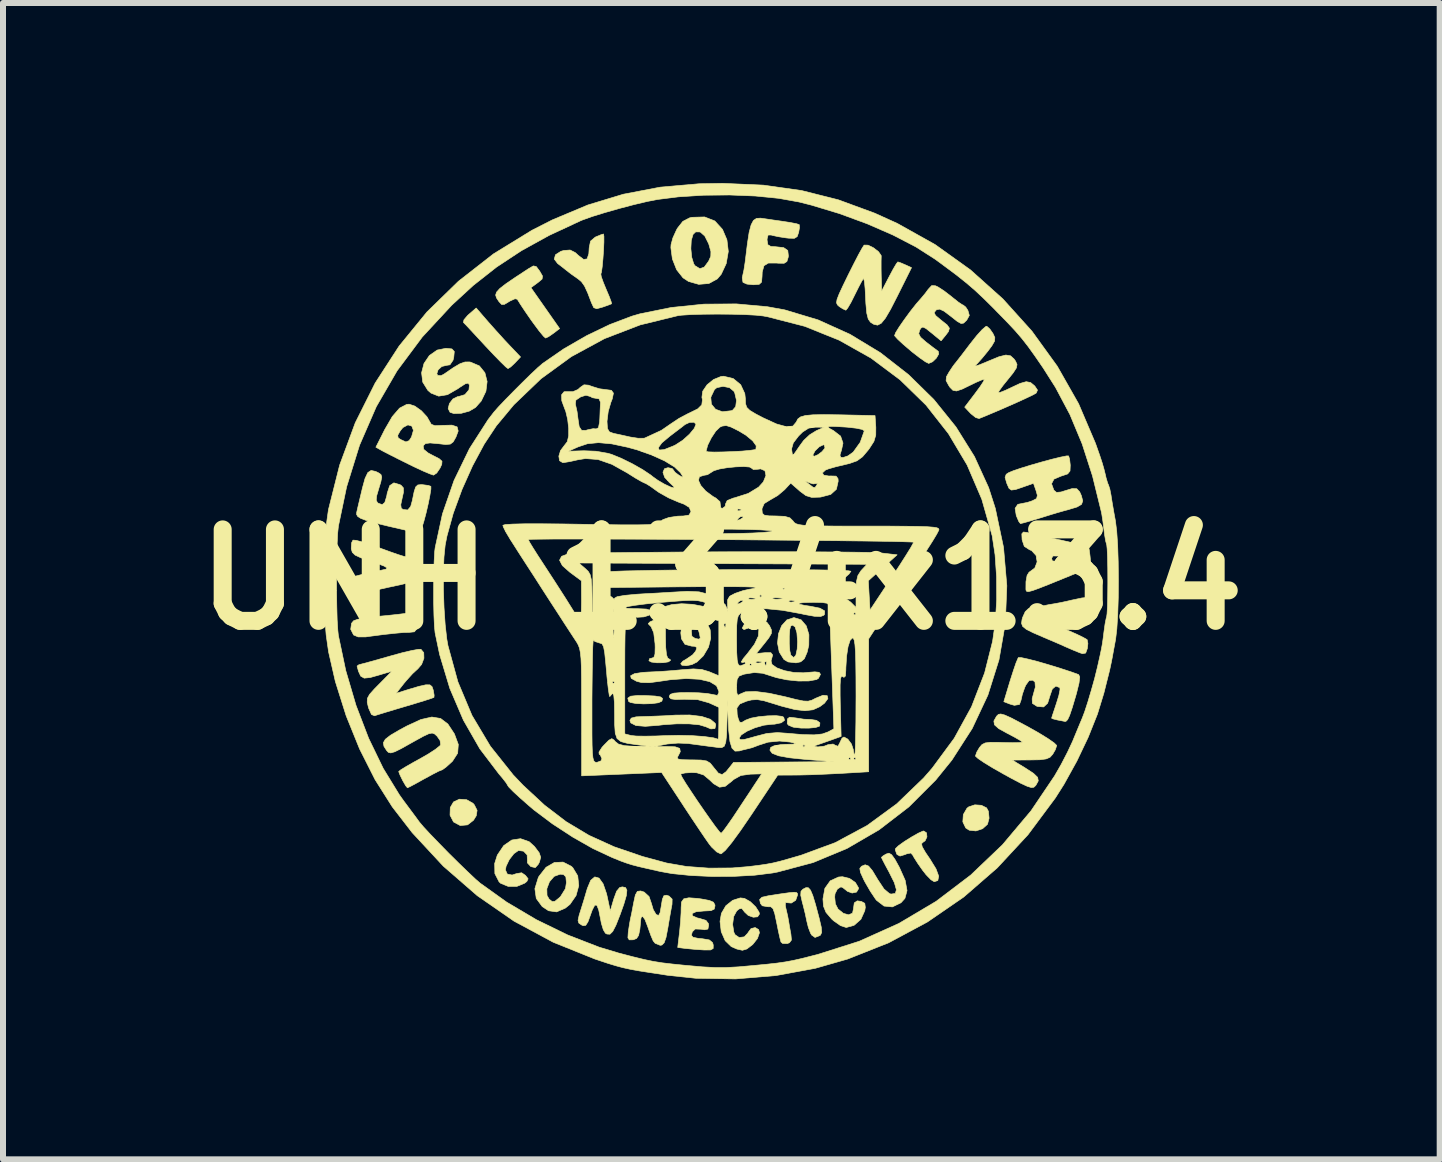
<source format=kicad_pcb>
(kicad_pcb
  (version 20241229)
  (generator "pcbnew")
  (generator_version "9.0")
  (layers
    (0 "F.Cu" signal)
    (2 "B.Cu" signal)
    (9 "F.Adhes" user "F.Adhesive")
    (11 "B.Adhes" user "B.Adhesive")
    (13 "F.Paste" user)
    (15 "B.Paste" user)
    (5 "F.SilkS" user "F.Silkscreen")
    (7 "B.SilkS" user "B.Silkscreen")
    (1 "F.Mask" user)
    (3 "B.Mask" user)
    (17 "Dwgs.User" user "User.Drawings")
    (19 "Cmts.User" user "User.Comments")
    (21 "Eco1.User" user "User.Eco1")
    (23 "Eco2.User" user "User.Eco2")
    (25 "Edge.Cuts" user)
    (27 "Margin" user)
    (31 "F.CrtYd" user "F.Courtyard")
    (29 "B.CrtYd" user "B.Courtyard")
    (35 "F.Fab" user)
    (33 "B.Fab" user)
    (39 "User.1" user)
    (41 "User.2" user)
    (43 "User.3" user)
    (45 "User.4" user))
  (footprint "UNH 13.4x13.4"
    (layer "F.Cu")
    (at 8.97 6.606)
    (property "Reference" "UNH 13.4x13.4" (at 0 0 0) (layer "F.SilkS") (effects (font (size 1.524 1.524) (thickness 0.3))))
    (attr through_hole)
    (fp_poly (pts (xy -4.244 3.67) (xy -4.139 3.729) (xy -4.117 3.754) (xy -4.07 3.847) (xy -4.084 3.937) (xy -4.13 4.012) (xy -4.229 4.089) (xy -4.351 4.1) (xy -4.462 4.041) (xy -4.463 4.04) (xy -4.521 3.928) (xy -4.517 3.8) (xy -4.463 3.707) (xy -4.365 3.661) (xy -4.244 3.67)) (stroke (width 0.01) (type solid)) (fill yes) (layer "F.SilkS"))
    (fp_poly (pts (xy -1.269 1.934) (xy -1.105 1.942) (xy -1.013 1.957) (xy -0.979 1.983) (xy -0.99 2.024) (xy -0.993 2.029) (xy -1.049 2.054) (xy -1.159 2.069) (xy -1.293 2.073) (xy -1.422 2.067) (xy -1.517 2.049) (xy -1.545 2.032) (xy -1.559 1.977) (xy -1.513 1.945) (xy -1.397 1.933) (xy -1.269 1.934)) (stroke (width 0.01) (type solid)) (fill yes) (layer "F.SilkS"))
    (fp_poly (pts (xy 4.334 3.763) (xy 4.42 3.806) (xy 4.45 3.862) (xy 4.459 3.954) (xy 4.461 3.979) (xy 4.435 4.079) (xy 4.353 4.153) (xy 4.242 4.19) (xy 4.131 4.178) (xy 4.072 4.14) (xy 4.024 4.039) (xy 4.032 3.917) (xy 4.093 3.812) (xy 4.122 3.789) (xy 4.224 3.755) (xy 4.334 3.763)) (stroke (width 0.01) (type solid)) (fill yes) (layer "F.SilkS"))
    (fp_poly (pts (xy 1.238 2.307) (xy 1.374 2.328) (xy 1.489 2.333) (xy 1.585 2.347) (xy 1.642 2.388) (xy 1.638 2.44) (xy 1.633 2.445) (xy 1.571 2.466) (xy 1.458 2.477) (xy 1.327 2.476) (xy 1.211 2.463) (xy 1.193 2.459) (xy 1.119 2.428) (xy 1.098 2.402) (xy 1.101 2.333) (xy 1.101 2.323) (xy 1.137 2.295) (xy 1.238 2.307)) (stroke (width 0.01) (type solid)) (fill yes) (layer "F.SilkS"))
    (fp_poly (pts (xy -3.895 -4.304) (xy -3.761 -4.153) (xy -3.616 -3.993) (xy -3.525 -3.896) (xy -3.346 -3.708) (xy -3.437 -3.611) (xy -3.509 -3.543) (xy -3.555 -3.514) (xy -3.555 -3.514) (xy -3.593 -3.543) (xy -3.675 -3.623) (xy -3.79 -3.741) (xy -3.925 -3.884) (xy -4.061 -4.031) (xy -4.177 -4.156) (xy -4.26 -4.245) (xy -4.298 -4.284) (xy -4.289 -4.327) (xy -4.229 -4.398) (xy -4.206 -4.419) (xy -4.085 -4.524) (xy -3.895 -4.304)) (stroke (width 0.01) (type solid)) (fill yes) (layer "F.SilkS"))
    (fp_poly (pts (xy 1.45 5.137) (xy 1.486 5.177) (xy 1.524 5.267) (xy 1.57 5.418) (xy 1.629 5.64) (xy 1.631 5.648) (xy 1.665 5.794) (xy 1.672 5.88) (xy 1.653 5.924) (xy 1.642 5.933) (xy 1.561 5.965) (xy 1.506 5.926) (xy 1.487 5.895) (xy 1.45 5.799) (xy 1.424 5.694) (xy 1.398 5.57) (xy 1.361 5.421) (xy 1.35 5.383) (xy 1.323 5.262) (xy 1.327 5.196) (xy 1.359 5.161) (xy 1.41 5.135) (xy 1.45 5.137)) (stroke (width 0.01) (type solid)) (fill yes) (layer "F.SilkS"))
    (fp_poly (pts (xy -0.329 2.282) (xy -0.184 2.329) (xy -0.103 2.396) (xy -0.093 2.424) (xy -0.107 2.484) (xy -0.175 2.49) (xy -0.263 2.453) (xy -0.366 2.422) (xy -0.532 2.406) (xy -0.738 2.405) (xy -0.964 2.42) (xy -1.047 2.43) (xy -1.267 2.447) (xy -1.423 2.434) (xy -1.509 2.39) (xy -1.524 2.349) (xy -1.501 2.31) (xy -1.421 2.289) (xy -1.302 2.284) (xy -1.142 2.279) (xy -0.943 2.271) (xy -0.762 2.26) (xy -0.527 2.258) (xy -0.329 2.282)) (stroke (width 0.01) (type solid)) (fill yes) (layer "F.SilkS"))
    (fp_poly (pts (xy -5.097 0.573) (xy -5.069 0.634) (xy -5.059 0.678) (xy -5.057 0.803) (xy -5.115 0.872) (xy -5.207 0.882) (xy -5.287 0.883) (xy -5.433 0.896) (xy -5.627 0.917) (xy -5.85 0.946) (xy -5.927 0.957) (xy -6.052 0.957) (xy -6.128 0.925) (xy -6.176 0.83) (xy -6.162 0.73) (xy -6.128 0.688) (xy -6.062 0.664) (xy -5.937 0.64) (xy -5.778 0.62) (xy -5.757 0.618) (xy -5.572 0.601) (xy -5.395 0.582) (xy -5.264 0.566) (xy -5.152 0.555) (xy -5.097 0.573)) (stroke (width 0.01) (type solid)) (fill yes) (layer "F.SilkS"))
    (fp_poly (pts (xy 3.419 4.222) (xy 3.426 4.289) (xy 3.395 4.355) (xy 3.363 4.377) (xy 3.336 4.402) (xy 3.347 4.454) (xy 3.401 4.548) (xy 3.474 4.655) (xy 3.577 4.822) (xy 3.622 4.944) (xy 3.607 5.017) (xy 3.547 5.036) (xy 3.493 5.003) (xy 3.413 4.921) (xy 3.354 4.846) (xy 3.272 4.729) (xy 3.211 4.633) (xy 3.191 4.596) (xy 3.158 4.558) (xy 3.09 4.571) (xy 3.063 4.583) (xy 2.977 4.609) (xy 2.928 4.583) (xy 2.921 4.572) (xy 2.898 4.504) (xy 2.903 4.483) (xy 2.954 4.435) (xy 3.052 4.365) (xy 3.17 4.291) (xy 3.281 4.228) (xy 3.359 4.193) (xy 3.373 4.191) (xy 3.419 4.222)) (stroke (width 0.01) (type solid)) (fill yes) (layer "F.SilkS"))
    (fp_poly (pts (xy -2.499 4.78) (xy -2.475 4.803) (xy -2.393 4.939) (xy -2.376 5.102) (xy -2.421 5.267) (xy -2.522 5.413) (xy -2.6 5.476) (xy -2.745 5.539) (xy -2.879 5.52) (xy -2.985 5.45) (xy -3.084 5.315) (xy -3.107 5.153) (xy -2.908 5.153) (xy -2.905 5.265) (xy -2.87 5.326) (xy -2.82 5.367) (xy -2.774 5.363) (xy -2.705 5.307) (xy -2.68 5.284) (xy -2.597 5.15) (xy -2.582 5.051) (xy -2.591 4.954) (xy -2.631 4.916) (xy -2.687 4.911) (xy -2.786 4.947) (xy -2.864 5.037) (xy -2.908 5.153) (xy -3.107 5.153) (xy -3.107 5.152) (xy -3.051 4.97) (xy -3.039 4.947) (xy -2.921 4.796) (xy -2.783 4.716) (xy -2.638 4.709) (xy -2.499 4.78)) (stroke (width 0.01) (type solid)) (fill yes) (layer "F.SilkS"))
    (fp_poly (pts (xy 1.329 0.672) (xy 1.415 0.773) (xy 1.459 0.919) (xy 1.457 1.095) (xy 1.43 1.211) (xy 1.383 1.321) (xy 1.323 1.372) (xy 1.244 1.389) (xy 1.113 1.374) (xy 1.043 1.333) (xy 0.965 1.209) (xy 0.936 1.06) (xy 0.948 0.944) (xy 1.132 0.944) (xy 1.132 1.074) (xy 1.141 1.19) (xy 1.158 1.261) (xy 1.159 1.262) (xy 1.205 1.301) (xy 1.241 1.264) (xy 1.264 1.158) (xy 1.27 1.037) (xy 1.259 0.888) (xy 1.229 0.791) (xy 1.185 0.76) (xy 1.156 0.777) (xy 1.14 0.835) (xy 1.132 0.944) (xy 0.948 0.944) (xy 0.951 0.907) (xy 1.005 0.77) (xy 1.093 0.673) (xy 1.209 0.635) (xy 1.21 0.635) (xy 1.329 0.672)) (stroke (width 0.01) (type solid)) (fill yes) (layer "F.SilkS"))
    (fp_poly (pts (xy 1.254 5.217) (xy 1.268 5.233) (xy 1.27 5.256) (xy 1.239 5.345) (xy 1.166 5.392) (xy 1.11 5.387) (xy 1.069 5.384) (xy 1.066 5.434) (xy 1.077 5.486) (xy 1.105 5.606) (xy 1.121 5.694) (xy 1.138 5.797) (xy 1.159 5.911) (xy 1.168 6.008) (xy 1.135 6.053) (xy 1.098 6.067) (xy 1.021 6.065) (xy 0.993 6.04) (xy 0.976 5.975) (xy 0.949 5.854) (xy 0.921 5.715) (xy 0.89 5.568) (xy 0.861 5.486) (xy 0.825 5.454) (xy 0.772 5.453) (xy 0.772 5.453) (xy 0.682 5.437) (xy 0.651 5.398) (xy 0.638 5.333) (xy 0.676 5.295) (xy 0.781 5.271) (xy 0.788 5.27) (xy 0.994 5.238) (xy 1.132 5.219) (xy 1.213 5.212) (xy 1.254 5.217)) (stroke (width 0.01) (type solid)) (fill yes) (layer "F.SilkS"))
    (fp_poly (pts (xy -3.203 4.369) (xy -3.115 4.448) (xy -3.036 4.553) (xy -3.01 4.629) (xy -3.031 4.708) (xy -3.05 4.745) (xy -3.1 4.801) (xy -3.172 4.785) (xy -3.175 4.784) (xy -3.232 4.722) (xy -3.232 4.677) (xy -3.236 4.59) (xy -3.296 4.527) (xy -3.381 4.516) (xy -3.457 4.569) (xy -3.534 4.668) (xy -3.587 4.779) (xy -3.598 4.84) (xy -3.567 4.909) (xy -3.486 4.925) (xy -3.413 4.901) (xy -3.328 4.887) (xy -3.265 4.93) (xy -3.22 4.988) (xy -3.241 5.032) (xy -3.278 5.061) (xy -3.407 5.114) (xy -3.552 5.114) (xy -3.677 5.063) (xy -3.704 5.038) (xy -3.774 4.901) (xy -3.777 4.732) (xy -3.733 4.593) (xy -3.626 4.434) (xy -3.491 4.341) (xy -3.346 4.319) (xy -3.203 4.369)) (stroke (width 0.01) (type solid)) (fill yes) (layer "F.SilkS"))
    (fp_poly (pts (xy -3.085 -5.215) (xy -3.03 -5.142) (xy -3.027 -5.138) (xy -2.98 -5.056) (xy -2.987 -5.006) (xy -3.056 -4.948) (xy -3.063 -4.943) (xy -3.173 -4.863) (xy -2.934 -4.522) (xy -2.695 -4.181) (xy -2.798 -4.102) (xy -2.879 -4.046) (xy -2.929 -4.023) (xy -2.964 -4.054) (xy -3.035 -4.14) (xy -3.128 -4.265) (xy -3.171 -4.324) (xy -3.268 -4.465) (xy -3.346 -4.582) (xy -3.392 -4.656) (xy -3.398 -4.669) (xy -3.438 -4.678) (xy -3.52 -4.641) (xy -3.532 -4.634) (xy -3.615 -4.584) (xy -3.661 -4.582) (xy -3.704 -4.628) (xy -3.709 -4.635) (xy -3.746 -4.691) (xy -3.761 -4.739) (xy -3.746 -4.788) (xy -3.693 -4.847) (xy -3.593 -4.925) (xy -3.438 -5.031) (xy -3.22 -5.174) (xy -3.212 -5.179) (xy -3.133 -5.225) (xy -3.085 -5.215)) (stroke (width 0.01) (type solid)) (fill yes) (layer "F.SilkS"))
    (fp_poly (pts (xy -0.336 0.661) (xy -0.239 0.729) (xy -0.186 0.84) (xy -0.177 0.978) (xy -0.214 1.127) (xy -0.299 1.271) (xy -0.406 1.375) (xy -0.491 1.418) (xy -0.586 1.437) (xy -0.657 1.429) (xy -0.677 1.404) (xy -0.643 1.362) (xy -0.574 1.321) (xy -0.478 1.255) (xy -0.427 1.193) (xy -0.407 1.133) (xy -0.447 1.113) (xy -0.493 1.111) (xy -0.606 1.081) (xy -0.665 0.988) (xy -0.676 0.889) (xy -0.67 0.854) (xy -0.5 0.854) (xy -0.491 0.947) (xy -0.436 0.983) (xy -0.37 0.995) (xy -0.351 0.974) (xy -0.366 0.898) (xy -0.375 0.866) (xy -0.416 0.767) (xy -0.459 0.747) (xy -0.492 0.807) (xy -0.5 0.854) (xy -0.67 0.854) (xy -0.653 0.755) (xy -0.573 0.679) (xy -0.474 0.651) (xy -0.336 0.661)) (stroke (width 0.01) (type solid)) (fill yes) (layer "F.SilkS"))
    (fp_poly (pts (xy 0.385 5.314) (xy 0.481 5.368) (xy 0.572 5.455) (xy 0.628 5.543) (xy 0.635 5.575) (xy 0.604 5.621) (xy 0.532 5.628) (xy 0.448 5.598) (xy 0.388 5.542) (xy 0.341 5.481) (xy 0.295 5.49) (xy 0.256 5.523) (xy 0.205 5.616) (xy 0.188 5.748) (xy 0.208 5.877) (xy 0.228 5.919) (xy 0.297 5.966) (xy 0.382 5.955) (xy 0.442 5.892) (xy 0.445 5.884) (xy 0.495 5.817) (xy 0.564 5.8) (xy 0.621 5.834) (xy 0.635 5.886) (xy 0.602 5.982) (xy 0.523 6.082) (xy 0.425 6.157) (xy 0.351 6.179) (xy 0.258 6.158) (xy 0.166 6.118) (xy 0.064 6.019) (xy -0.002 5.869) (xy -0.022 5.697) (xy 0.001 5.564) (xy 0.075 5.437) (xy 0.189 5.346) (xy 0.316 5.306) (xy 0.385 5.314)) (stroke (width 0.01) (type solid)) (fill yes) (layer "F.SilkS"))
    (fp_poly (pts (xy 2.837 4.586) (xy 2.892 4.662) (xy 2.966 4.796) (xy 3.063 5.013) (xy 3.094 5.184) (xy 3.059 5.314) (xy 2.994 5.386) (xy 2.85 5.456) (xy 2.711 5.442) (xy 2.586 5.346) (xy 2.568 5.323) (xy 2.483 5.196) (xy 2.396 5.046) (xy 2.372 5) (xy 2.319 4.883) (xy 2.307 4.816) (xy 2.335 4.779) (xy 2.335 4.779) (xy 2.396 4.754) (xy 2.453 4.775) (xy 2.517 4.852) (xy 2.603 4.995) (xy 2.605 4.999) (xy 2.71 5.157) (xy 2.801 5.234) (xy 2.827 5.242) (xy 2.899 5.232) (xy 2.917 5.17) (xy 2.883 5.052) (xy 2.794 4.874) (xy 2.793 4.872) (xy 2.727 4.75) (xy 2.682 4.663) (xy 2.667 4.63) (xy 2.699 4.603) (xy 2.746 4.575) (xy 2.793 4.561) (xy 2.837 4.586)) (stroke (width 0.01) (type solid)) (fill yes) (layer "F.SilkS"))
    (fp_poly (pts (xy 2.135 4.981) (xy 2.233 5.049) (xy 2.284 5.135) (xy 2.286 5.153) (xy 2.253 5.209) (xy 2.179 5.225) (xy 2.1 5.196) (xy 2.089 5.186) (xy 2.023 5.134) (xy 1.992 5.122) (xy 1.934 5.158) (xy 1.894 5.237) (xy 1.889 5.292) (xy 1.898 5.383) (xy 1.9 5.405) (xy 1.944 5.491) (xy 2.033 5.563) (xy 2.12 5.588) (xy 2.186 5.56) (xy 2.201 5.489) (xy 2.215 5.389) (xy 2.265 5.355) (xy 2.333 5.365) (xy 2.39 5.396) (xy 2.399 5.463) (xy 2.39 5.519) (xy 2.325 5.663) (xy 2.211 5.763) (xy 2.081 5.799) (xy 1.986 5.768) (xy 1.872 5.688) (xy 1.837 5.656) (xy 1.744 5.547) (xy 1.702 5.444) (xy 1.693 5.324) (xy 1.725 5.147) (xy 1.815 5.021) (xy 1.953 4.958) (xy 2.018 4.953) (xy 2.135 4.981)) (stroke (width 0.01) (type solid)) (fill yes) (layer "F.SilkS"))
    (fp_poly (pts (xy -2.038 4.976) (xy -1.97 5.071) (xy -1.913 5.236) (xy -1.902 5.284) (xy -1.851 5.524) (xy -1.792 5.323) (xy -1.745 5.194) (xy -1.694 5.133) (xy -1.65 5.122) (xy -1.596 5.134) (xy -1.574 5.179) (xy -1.583 5.267) (xy -1.625 5.411) (xy -1.687 5.585) (xy -1.756 5.76) (xy -1.81 5.865) (xy -1.857 5.911) (xy -1.907 5.908) (xy -1.932 5.894) (xy -1.967 5.836) (xy -2 5.727) (xy -2.01 5.673) (xy -2.043 5.509) (xy -2.074 5.428) (xy -2.109 5.427) (xy -2.15 5.505) (xy -2.178 5.582) (xy -2.223 5.706) (xy -2.26 5.763) (xy -2.301 5.769) (xy -2.33 5.757) (xy -2.375 5.725) (xy -2.388 5.681) (xy -2.37 5.597) (xy -2.344 5.514) (xy -2.294 5.354) (xy -2.247 5.195) (xy -2.234 5.15) (xy -2.177 5.013) (xy -2.109 4.956) (xy -2.038 4.976)) (stroke (width 0.01) (type solid)) (fill yes) (layer "F.SilkS"))
    (fp_poly (pts (xy -0.109 -5.974) (xy 0.019 -5.834) (xy 0.093 -5.66) (xy 0.116 -5.466) (xy 0.081 -5.264) (xy -0.002 -5.086) (xy -0.067 -5.009) (xy -0.208 -4.932) (xy -0.377 -4.918) (xy -0.547 -4.966) (xy -0.639 -5.027) (xy -0.745 -5.161) (xy -0.816 -5.341) (xy -0.839 -5.513) (xy -0.508 -5.513) (xy -0.494 -5.37) (xy -0.46 -5.259) (xy -0.44 -5.229) (xy -0.358 -5.179) (xy -0.285 -5.205) (xy -0.212 -5.304) (xy -0.176 -5.385) (xy -0.174 -5.464) (xy -0.206 -5.578) (xy -0.212 -5.596) (xy -0.276 -5.723) (xy -0.353 -5.791) (xy -0.428 -5.792) (xy -0.471 -5.751) (xy -0.501 -5.651) (xy -0.508 -5.513) (xy -0.839 -5.513) (xy -0.841 -5.531) (xy -0.838 -5.58) (xy -0.808 -5.691) (xy -0.749 -5.821) (xy -0.733 -5.851) (xy -0.642 -5.967) (xy -0.531 -6.025) (xy -0.49 -6.035) (xy -0.279 -6.041) (xy -0.109 -5.974)) (stroke (width 0.01) (type solid)) (fill yes) (layer "F.SilkS"))
    (fp_poly (pts (xy -1.957 -5.719) (xy -1.957 -5.621) (xy -1.963 -5.488) (xy -1.973 -5.344) (xy -1.985 -5.213) (xy -1.998 -5.121) (xy -2.008 -5.09) (xy -2.001 -5.046) (xy -1.966 -4.948) (xy -1.921 -4.839) (xy -1.868 -4.714) (xy -1.835 -4.625) (xy -1.829 -4.594) (xy -1.873 -4.576) (xy -1.966 -4.543) (xy -1.981 -4.538) (xy -2.076 -4.512) (xy -2.126 -4.529) (xy -2.16 -4.602) (xy -2.162 -4.605) (xy -2.228 -4.778) (xy -2.28 -4.89) (xy -2.331 -4.962) (xy -2.391 -5.012) (xy -2.399 -5.017) (xy -2.503 -5.09) (xy -2.575 -5.146) (xy -2.67 -5.221) (xy -2.727 -5.264) (xy -2.784 -5.338) (xy -2.764 -5.411) (xy -2.674 -5.468) (xy -2.626 -5.482) (xy -2.52 -5.49) (xy -2.434 -5.447) (xy -2.383 -5.4) (xy -2.295 -5.333) (xy -2.237 -5.342) (xy -2.208 -5.429) (xy -2.202 -5.528) (xy -2.18 -5.638) (xy -2.102 -5.704) (xy -2.094 -5.708) (xy -2.007 -5.744) (xy -1.964 -5.757) (xy -1.957 -5.719)) (stroke (width 0.01) (type solid)) (fill yes) (layer "F.SilkS"))
    (fp_poly (pts (xy -0.394 5.315) (xy -0.337 5.323) (xy -0.201 5.348) (xy -0.131 5.378) (xy -0.107 5.424) (xy -0.106 5.44) (xy -0.119 5.493) (xy -0.172 5.518) (xy -0.287 5.524) (xy -0.292 5.524) (xy -0.422 5.537) (xy -0.487 5.567) (xy -0.481 5.605) (xy -0.399 5.64) (xy -0.362 5.648) (xy -0.256 5.681) (xy -0.214 5.736) (xy -0.212 5.765) (xy -0.224 5.825) (xy -0.279 5.837) (xy -0.335 5.828) (xy -0.435 5.824) (xy -0.483 5.87) (xy -0.484 5.871) (xy -0.499 5.929) (xy -0.474 5.961) (xy -0.392 5.979) (xy -0.312 5.987) (xy -0.199 6.007) (xy -0.146 6.052) (xy -0.135 6.091) (xy -0.136 6.149) (xy -0.179 6.173) (xy -0.283 6.174) (xy -0.435 6.164) (xy -0.581 6.15) (xy -0.586 6.15) (xy -0.727 6.132) (xy -0.696 5.871) (xy -0.68 5.705) (xy -0.671 5.55) (xy -0.67 5.47) (xy -0.664 5.374) (xy -0.626 5.321) (xy -0.541 5.304) (xy -0.394 5.315)) (stroke (width 0.01) (type solid)) (fill yes) (layer "F.SilkS"))
    (fp_poly (pts (xy 5.091 -0.784) (xy 5.17 -0.765) (xy 5.31 -0.734) (xy 5.49 -0.693) (xy 5.645 -0.659) (xy 5.83 -0.617) (xy 5.982 -0.58) (xy 6.084 -0.554) (xy 6.118 -0.543) (xy 6.13 -0.495) (xy 6.143 -0.396) (xy 6.146 -0.367) (xy 6.16 -0.205) (xy 5.694 -0.015) (xy 5.463 0.079) (xy 5.298 0.144) (xy 5.189 0.184) (xy 5.124 0.201) (xy 5.091 0.2) (xy 5.078 0.183) (xy 5.075 0.164) (xy 5.076 0.036) (xy 5.095 -0.069) (xy 5.127 -0.12) (xy 5.127 -0.12) (xy 5.223 -0.191) (xy 5.262 -0.293) (xy 5.252 -0.354) (xy 5.503 -0.354) (xy 5.516 -0.308) (xy 5.567 -0.306) (xy 5.65 -0.335) (xy 5.7 -0.36) (xy 5.678 -0.377) (xy 5.619 -0.39) (xy 5.528 -0.392) (xy 5.503 -0.354) (xy 5.252 -0.354) (xy 5.245 -0.399) (xy 5.17 -0.481) (xy 5.133 -0.497) (xy 5.048 -0.552) (xy 5.012 -0.659) (xy 5.011 -0.669) (xy 5.007 -0.761) (xy 5.034 -0.791) (xy 5.091 -0.784)) (stroke (width 0.01) (type solid)) (fill yes) (layer "F.SilkS"))
    (fp_poly (pts (xy 6.155 0.325) (xy 6.17 0.388) (xy 6.168 0.454) (xy 6.158 0.552) (xy 6.124 0.603) (xy 6.043 0.63) (xy 5.969 0.643) (xy 5.813 0.669) (xy 5.663 0.695) (xy 5.633 0.7) (xy 5.487 0.727) (xy 5.778 0.849) (xy 5.923 0.913) (xy 6.035 0.968) (xy 6.094 1.002) (xy 6.096 1.005) (xy 6.108 1.066) (xy 6.099 1.148) (xy 6.071 1.226) (xy 6.018 1.236) (xy 5.974 1.222) (xy 5.861 1.176) (xy 5.741 1.124) (xy 5.627 1.073) (xy 5.475 1.008) (xy 5.376 0.966) (xy 5.196 0.888) (xy 5.082 0.831) (xy 5.021 0.782) (xy 5.002 0.731) (xy 5.011 0.665) (xy 5.02 0.633) (xy 5.064 0.536) (xy 5.118 0.485) (xy 5.123 0.484) (xy 5.206 0.469) (xy 5.323 0.446) (xy 5.334 0.444) (xy 5.46 0.419) (xy 5.563 0.402) (xy 5.567 0.401) (xy 5.66 0.384) (xy 5.791 0.355) (xy 5.842 0.343) (xy 6.007 0.308) (xy 6.106 0.299) (xy 6.155 0.325)) (stroke (width 0.01) (type solid)) (fill yes) (layer "F.SilkS"))
    (fp_poly (pts (xy -4.959 1.219) (xy -4.956 1.313) (xy -4.995 1.416) (xy -5.056 1.487) (xy -5.146 1.57) (xy -5.25 1.685) (xy -5.289 1.732) (xy -5.419 1.897) (xy -5.218 1.834) (xy -5.039 1.781) (xy -4.924 1.755) (xy -4.857 1.756) (xy -4.821 1.785) (xy -4.801 1.843) (xy -4.786 1.928) (xy -4.789 1.965) (xy -4.834 1.982) (xy -4.942 2.017) (xy -5.099 2.065) (xy -5.263 2.114) (xy -5.452 2.17) (xy -5.614 2.219) (xy -5.731 2.255) (xy -5.779 2.271) (xy -5.83 2.25) (xy -5.876 2.147) (xy -5.881 2.131) (xy -5.901 2.046) (xy -5.898 1.981) (xy -5.862 1.915) (xy -5.782 1.825) (xy -5.707 1.749) (xy -5.489 1.528) (xy -5.693 1.589) (xy -5.852 1.634) (xy -5.951 1.644) (xy -6.009 1.611) (xy -6.047 1.529) (xy -6.07 1.443) (xy -6.04 1.421) (xy -6.011 1.413) (xy -5.946 1.396) (xy -5.82 1.362) (xy -5.651 1.314) (xy -5.503 1.272) (xy -5.318 1.221) (xy -5.16 1.184) (xy -5.049 1.164) (xy -5.006 1.163) (xy -4.959 1.219)) (stroke (width 0.01) (type solid)) (fill yes) (layer "F.SilkS"))
    (fp_poly (pts (xy -4.49 -3.842) (xy -4.45 -3.799) (xy -4.459 -3.703) (xy -4.471 -3.653) (xy -4.523 -3.577) (xy -4.581 -3.568) (xy -4.659 -3.549) (xy -4.72 -3.493) (xy -4.741 -3.429) (xy -4.727 -3.401) (xy -4.672 -3.396) (xy -4.623 -3.421) (xy -4.465 -3.53) (xy -4.355 -3.595) (xy -4.272 -3.624) (xy -4.197 -3.625) (xy -4.177 -3.621) (xy -4.032 -3.559) (xy -3.94 -3.445) (xy -3.903 -3.299) (xy -3.923 -3.136) (xy -4.001 -2.974) (xy -4.097 -2.866) (xy -4.201 -2.805) (xy -4.334 -2.769) (xy -4.458 -2.765) (xy -4.521 -2.786) (xy -4.552 -2.848) (xy -4.531 -2.932) (xy -4.473 -3.008) (xy -4.394 -3.047) (xy -4.38 -3.048) (xy -4.273 -3.08) (xy -4.206 -3.16) (xy -4.198 -3.24) (xy -4.218 -3.272) (xy -4.266 -3.261) (xy -4.358 -3.202) (xy -4.392 -3.178) (xy -4.564 -3.079) (xy -4.71 -3.055) (xy -4.838 -3.106) (xy -4.891 -3.152) (xy -4.976 -3.289) (xy -4.995 -3.445) (xy -4.955 -3.599) (xy -4.865 -3.732) (xy -4.735 -3.823) (xy -4.59 -3.852) (xy -4.49 -3.842)) (stroke (width 0.01) (type solid)) (fill yes) (layer "F.SilkS"))
    (fp_poly (pts (xy -1.286 5.209) (xy -1.205 5.283) (xy -1.168 5.39) (xy -1.134 5.503) (xy -1.088 5.58) (xy -1.084 5.584) (xy -1.046 5.598) (xy -1.021 5.553) (xy -1.004 5.458) (xy -0.983 5.33) (xy -0.958 5.27) (xy -0.916 5.261) (xy -0.872 5.275) (xy -0.82 5.326) (xy -0.822 5.413) (xy -0.841 5.513) (xy -0.867 5.661) (xy -0.892 5.81) (xy -0.922 5.966) (xy -0.953 6.054) (xy -0.99 6.091) (xy -1.019 6.096) (xy -1.103 6.062) (xy -1.136 6.022) (xy -1.174 5.933) (xy -1.218 5.811) (xy -1.225 5.79) (xy -1.272 5.668) (xy -1.311 5.613) (xy -1.337 5.631) (xy -1.342 5.665) (xy -1.358 5.831) (xy -1.379 5.931) (xy -1.413 5.982) (xy -1.466 6.003) (xy -1.474 6.004) (xy -1.535 6.005) (xy -1.557 5.97) (xy -1.551 5.877) (xy -1.548 5.856) (xy -1.529 5.733) (xy -1.512 5.64) (xy -1.509 5.63) (xy -1.492 5.55) (xy -1.469 5.428) (xy -1.461 5.386) (xy -1.433 5.257) (xy -1.399 5.197) (xy -1.345 5.19) (xy -1.286 5.209)) (stroke (width 0.01) (type solid)) (fill yes) (layer "F.SilkS"))
    (fp_poly (pts (xy 0.689 -6.016) (xy 0.745 -6.008) (xy 0.859 -5.991) (xy 1 -5.971) (xy 1.144 -5.949) (xy 1.252 -5.928) (xy 1.298 -5.913) (xy 1.302 -5.863) (xy 1.288 -5.783) (xy 1.263 -5.713) (xy 1.217 -5.685) (xy 1.124 -5.687) (xy 1.079 -5.692) (xy 0.95 -5.712) (xy 0.849 -5.734) (xy 0.83 -5.74) (xy 0.779 -5.74) (xy 0.762 -5.674) (xy 0.762 -5.656) (xy 0.774 -5.579) (xy 0.825 -5.549) (xy 0.9 -5.545) (xy 1.038 -5.53) (xy 1.107 -5.482) (xy 1.117 -5.391) (xy 1.114 -5.369) (xy 1.092 -5.298) (xy 1.046 -5.269) (xy 0.95 -5.27) (xy 0.919 -5.273) (xy 0.784 -5.273) (xy 0.71 -5.228) (xy 0.681 -5.123) (xy 0.678 -5.048) (xy 0.67 -4.955) (xy 0.63 -4.918) (xy 0.532 -4.911) (xy 0.426 -4.922) (xy 0.362 -4.95) (xy 0.36 -4.953) (xy 0.348 -5.027) (xy 0.357 -5.07) (xy 0.376 -5.156) (xy 0.396 -5.285) (xy 0.402 -5.334) (xy 0.434 -5.595) (xy 0.463 -5.784) (xy 0.496 -5.909) (xy 0.535 -5.983) (xy 0.586 -6.017) (xy 0.654 -6.021) (xy 0.689 -6.016)) (stroke (width 0.01) (type solid)) (fill yes) (layer "F.SilkS"))
    (fp_poly (pts (xy 2.445 -5.571) (xy 2.535 -5.527) (xy 2.618 -5.463) (xy 2.663 -5.399) (xy 2.664 -5.385) (xy 2.662 -5.305) (xy 2.662 -5.173) (xy 2.664 -5.059) (xy 2.671 -4.805) (xy 2.797 -5.048) (xy 2.864 -5.173) (xy 2.916 -5.261) (xy 2.941 -5.292) (xy 2.989 -5.276) (xy 3.064 -5.244) (xy 3.169 -5.196) (xy 2.929 -4.715) (xy 2.819 -4.5) (xy 2.734 -4.355) (xy 2.665 -4.27) (xy 2.604 -4.238) (xy 2.542 -4.251) (xy 2.486 -4.286) (xy 2.448 -4.339) (xy 2.423 -4.438) (xy 2.408 -4.599) (xy 2.404 -4.684) (xy 2.396 -4.841) (xy 2.385 -4.957) (xy 2.373 -5.013) (xy 2.369 -5.015) (xy 2.341 -4.973) (xy 2.289 -4.875) (xy 2.224 -4.745) (xy 2.159 -4.615) (xy 2.105 -4.523) (xy 2.075 -4.487) (xy 2.075 -4.487) (xy 2.024 -4.51) (xy 1.966 -4.547) (xy 1.934 -4.576) (xy 1.919 -4.611) (xy 1.928 -4.667) (xy 1.963 -4.758) (xy 2.028 -4.898) (xy 2.117 -5.081) (xy 2.208 -5.262) (xy 2.287 -5.415) (xy 2.347 -5.523) (xy 2.379 -5.572) (xy 2.38 -5.572) (xy 2.445 -5.571)) (stroke (width 0.01) (type solid)) (fill yes) (layer "F.SilkS"))
    (fp_poly (pts (xy -6.085 -0.652) (xy -5.973 -0.622) (xy -5.819 -0.571) (xy -5.707 -0.53) (xy -5.535 -0.467) (xy -5.392 -0.417) (xy -5.296 -0.387) (xy -5.269 -0.381) (xy -5.191 -0.356) (xy -5.115 -0.299) (xy -5.068 -0.235) (xy -5.067 -0.198) (xy -5.088 -0.117) (xy -5.087 -0.059) (xy -5.09 -0.013) (xy -5.124 0.022) (xy -5.205 0.053) (xy -5.349 0.088) (xy -5.406 0.1) (xy -5.57 0.135) (xy -5.707 0.166) (xy -5.791 0.186) (xy -5.8 0.188) (xy -5.882 0.213) (xy -5.998 0.248) (xy -6.011 0.252) (xy -6.112 0.282) (xy -6.158 0.293) (xy -6.178 0.286) (xy -6.195 0.268) (xy -6.215 0.21) (xy -6.223 0.108) (xy -6.223 0.106) (xy -6.218 0.029) (xy -6.189 -0.018) (xy -6.118 -0.05) (xy -5.983 -0.085) (xy -5.98 -0.085) (xy -5.832 -0.119) (xy -5.709 -0.146) (xy -5.654 -0.157) (xy -5.586 -0.173) (xy -5.571 -0.193) (xy -5.619 -0.223) (xy -5.735 -0.267) (xy -5.849 -0.306) (xy -6.008 -0.362) (xy -6.102 -0.406) (xy -6.149 -0.451) (xy -6.166 -0.508) (xy -6.167 -0.521) (xy -6.161 -0.612) (xy -6.138 -0.656) (xy -6.085 -0.652)) (stroke (width 0.01) (type solid)) (fill yes) (layer "F.SilkS"))
    (fp_poly (pts (xy -4.678 2.316) (xy -4.557 2.408) (xy -4.45 2.57) (xy -4.447 2.576) (xy -4.383 2.749) (xy -4.394 2.895) (xy -4.48 3.028) (xy -4.498 3.045) (xy -4.585 3.124) (xy -4.648 3.17) (xy -4.661 3.175) (xy -4.71 3.194) (xy -4.811 3.246) (xy -4.943 3.318) (xy -4.953 3.323) (xy -5.084 3.396) (xy -5.183 3.449) (xy -5.23 3.471) (xy -5.231 3.471) (xy -5.259 3.438) (xy -5.306 3.357) (xy -5.312 3.346) (xy -5.356 3.255) (xy -5.376 3.202) (xy -5.376 3.2) (xy -5.342 3.172) (xy -5.249 3.115) (xy -5.114 3.038) (xy -5.039 2.997) (xy -4.886 2.91) (xy -4.763 2.83) (xy -4.69 2.771) (xy -4.677 2.754) (xy -4.687 2.683) (xy -4.737 2.611) (xy -4.778 2.574) (xy -4.819 2.559) (xy -4.877 2.571) (xy -4.969 2.614) (xy -5.112 2.693) (xy -5.171 2.726) (xy -5.335 2.818) (xy -5.442 2.871) (xy -5.508 2.89) (xy -5.548 2.881) (xy -5.576 2.852) (xy -5.622 2.78) (xy -5.632 2.72) (xy -5.599 2.662) (xy -5.512 2.595) (xy -5.364 2.508) (xy -5.238 2.44) (xy -5.008 2.334) (xy -4.825 2.292) (xy -4.678 2.316)) (stroke (width 0.01) (type solid)) (fill yes) (layer "F.SilkS"))
    (fp_poly (pts (xy 4.72 2.258) (xy 4.823 2.304) (xy 4.976 2.384) (xy 5.116 2.459) (xy 5.294 2.56) (xy 5.442 2.651) (xy 5.544 2.722) (xy 5.587 2.764) (xy 5.588 2.767) (xy 5.565 2.837) (xy 5.522 2.912) (xy 5.477 2.962) (xy 5.413 2.99) (xy 5.308 3.004) (xy 5.152 3.007) (xy 4.847 3.009) (xy 5.069 3.144) (xy 5.203 3.232) (xy 5.27 3.297) (xy 5.281 3.356) (xy 5.243 3.426) (xy 5.235 3.436) (xy 5.207 3.462) (xy 5.165 3.467) (xy 5.097 3.446) (xy 4.989 3.396) (xy 4.828 3.311) (xy 4.708 3.245) (xy 4.53 3.144) (xy 4.382 3.054) (xy 4.279 2.984) (xy 4.235 2.944) (xy 4.234 2.941) (xy 4.256 2.877) (xy 4.301 2.8) (xy 4.343 2.751) (xy 4.396 2.724) (xy 4.482 2.713) (xy 4.623 2.714) (xy 4.7 2.717) (xy 4.852 2.72) (xy 4.963 2.718) (xy 5.014 2.71) (xy 5.015 2.707) (xy 4.972 2.677) (xy 4.876 2.622) (xy 4.765 2.564) (xy 4.623 2.486) (xy 4.551 2.422) (xy 4.541 2.359) (xy 4.583 2.283) (xy 4.588 2.276) (xy 4.617 2.248) (xy 4.656 2.241) (xy 4.72 2.258)) (stroke (width 0.01) (type solid)) (fill yes) (layer "F.SilkS"))
    (fp_poly (pts (xy 4.998 1.302) (xy 5.109 1.326) (xy 5.266 1.366) (xy 5.451 1.42) (xy 5.649 1.481) (xy 5.841 1.544) (xy 5.954 1.585) (xy 5.972 1.625) (xy 5.96 1.726) (xy 5.918 1.896) (xy 5.904 1.945) (xy 5.846 2.139) (xy 5.803 2.266) (xy 5.77 2.336) (xy 5.742 2.364) (xy 5.723 2.365) (xy 5.662 2.353) (xy 5.599 2.341) (xy 5.524 2.322) (xy 5.503 2.311) (xy 5.516 2.268) (xy 5.549 2.169) (xy 5.584 2.063) (xy 5.624 1.933) (xy 5.643 1.838) (xy 5.641 1.803) (xy 5.574 1.776) (xy 5.515 1.825) (xy 5.48 1.925) (xy 5.437 2.062) (xy 5.37 2.124) (xy 5.269 2.116) (xy 5.255 2.111) (xy 5.183 2.064) (xy 5.179 1.988) (xy 5.181 1.979) (xy 5.214 1.859) (xy 5.232 1.794) (xy 5.226 1.708) (xy 5.187 1.678) (xy 5.128 1.684) (xy 5.074 1.759) (xy 5.056 1.798) (xy 5.016 1.912) (xy 4.996 1.999) (xy 4.995 2.007) (xy 4.967 2.083) (xy 4.882 2.097) (xy 4.812 2.077) (xy 4.707 2.037) (xy 4.813 1.685) (xy 4.865 1.523) (xy 4.91 1.391) (xy 4.943 1.313) (xy 4.95 1.301) (xy 4.998 1.302)) (stroke (width 0.01) (type solid)) (fill yes) (layer "F.SilkS"))
    (fp_poly (pts (xy -5.107 -2.889) (xy -4.998 -2.811) (xy -4.905 -2.71) (xy -4.868 -2.645) (xy -4.834 -2.586) (xy -4.774 -2.563) (xy -4.661 -2.567) (xy -4.649 -2.568) (xy -4.489 -2.572) (xy -4.403 -2.543) (xy -4.385 -2.474) (xy -4.423 -2.372) (xy -4.468 -2.293) (xy -4.516 -2.256) (xy -4.594 -2.249) (xy -4.718 -2.263) (xy -4.854 -2.275) (xy -4.93 -2.265) (xy -4.965 -2.231) (xy -4.968 -2.224) (xy -4.959 -2.168) (xy -4.884 -2.107) (xy -4.81 -2.068) (xy -4.701 -2.012) (xy -4.655 -1.97) (xy -4.659 -1.918) (xy -4.687 -1.857) (xy -4.743 -1.774) (xy -4.795 -1.739) (xy -4.797 -1.739) (xy -4.855 -1.759) (xy -4.969 -1.807) (xy -5.119 -1.877) (xy -5.207 -1.92) (xy -5.376 -2.004) (xy -5.526 -2.08) (xy -5.633 -2.135) (xy -5.662 -2.151) (xy -5.757 -2.204) (xy -5.657 -2.402) (xy -5.393 -2.402) (xy -5.385 -2.36) (xy -5.344 -2.332) (xy -5.256 -2.292) (xy -5.202 -2.314) (xy -5.163 -2.374) (xy -5.131 -2.485) (xy -5.158 -2.556) (xy -5.223 -2.576) (xy -5.306 -2.532) (xy -5.35 -2.478) (xy -5.393 -2.402) (xy -5.657 -2.402) (xy -5.61 -2.496) (xy -5.483 -2.715) (xy -5.362 -2.855) (xy -5.244 -2.917) (xy -5.203 -2.921) (xy -5.107 -2.889)) (stroke (width 0.01) (type solid)) (fill yes) (layer "F.SilkS"))
    (fp_poly (pts (xy -5.76 -1.8) (xy -5.716 -1.779) (xy -5.672 -1.749) (xy -5.659 -1.706) (xy -5.674 -1.627) (xy -5.706 -1.522) (xy -5.744 -1.393) (xy -5.751 -1.32) (xy -5.73 -1.28) (xy -5.715 -1.27) (xy -5.651 -1.247) (xy -5.608 -1.283) (xy -5.576 -1.389) (xy -5.567 -1.44) (xy -5.526 -1.564) (xy -5.457 -1.61) (xy -5.355 -1.58) (xy -5.335 -1.568) (xy -5.298 -1.526) (xy -5.297 -1.453) (xy -5.318 -1.359) (xy -5.342 -1.246) (xy -5.334 -1.188) (xy -5.303 -1.166) (xy -5.226 -1.158) (xy -5.177 -1.215) (xy -5.15 -1.312) (xy -5.12 -1.459) (xy -5.094 -1.541) (xy -5.058 -1.575) (xy -5.002 -1.581) (xy -4.975 -1.579) (xy -4.883 -1.567) (xy -4.84 -1.552) (xy -4.84 -1.505) (xy -4.857 -1.399) (xy -4.885 -1.259) (xy -4.92 -1.108) (xy -4.957 -0.969) (xy -4.989 -0.866) (xy -5.002 -0.836) (xy -5.067 -0.773) (xy -5.145 -0.767) (xy -5.173 -0.784) (xy -5.229 -0.812) (xy -5.275 -0.825) (xy -5.557 -0.89) (xy -5.767 -0.941) (xy -5.913 -0.982) (xy -6.007 -1.017) (xy -6.059 -1.05) (xy -6.078 -1.083) (xy -6.077 -1.115) (xy -6.058 -1.2) (xy -6.025 -1.339) (xy -5.986 -1.502) (xy -5.984 -1.513) (xy -5.937 -1.684) (xy -5.891 -1.781) (xy -5.836 -1.817) (xy -5.76 -1.8)) (stroke (width 0.01) (type solid)) (fill yes) (layer "F.SilkS"))
    (fp_poly (pts (xy 5.803 -2.006) (xy 5.814 -1.907) (xy 5.814 -1.9) (xy 5.81 -1.808) (xy 5.771 -1.759) (xy 5.673 -1.726) (xy 5.662 -1.723) (xy 5.542 -1.672) (xy 5.502 -1.595) (xy 5.541 -1.488) (xy 5.542 -1.487) (xy 5.585 -1.451) (xy 5.661 -1.458) (xy 5.717 -1.476) (xy 5.846 -1.515) (xy 5.923 -1.512) (xy 5.971 -1.46) (xy 5.999 -1.397) (xy 6.022 -1.31) (xy 6.002 -1.252) (xy 5.927 -1.208) (xy 5.782 -1.164) (xy 5.779 -1.163) (xy 5.707 -1.144) (xy 5.655 -1.129) (xy 5.598 -1.113) (xy 5.515 -1.088) (xy 5.383 -1.047) (xy 5.308 -1.024) (xy 5.16 -0.979) (xy 5.046 -0.946) (xy 4.987 -0.932) (xy 4.984 -0.931) (xy 4.956 -0.967) (xy 4.919 -1.054) (xy 4.914 -1.066) (xy 4.895 -1.186) (xy 4.94 -1.252) (xy 5.024 -1.269) (xy 5.1 -1.284) (xy 5.181 -1.311) (xy 5.253 -1.348) (xy 5.266 -1.402) (xy 5.245 -1.477) (xy 5.201 -1.603) (xy 5.029 -1.542) (xy 4.903 -1.499) (xy 4.832 -1.49) (xy 4.793 -1.519) (xy 4.76 -1.594) (xy 4.754 -1.609) (xy 4.728 -1.702) (xy 4.747 -1.753) (xy 4.788 -1.78) (xy 4.868 -1.813) (xy 4.999 -1.857) (xy 5.162 -1.907) (xy 5.339 -1.958) (xy 5.509 -2.004) (xy 5.653 -2.039) (xy 5.752 -2.059) (xy 5.786 -2.059) (xy 5.803 -2.006)) (stroke (width 0.01) (type solid)) (fill yes) (layer "F.SilkS"))
    (fp_poly (pts (xy 3.568 -4.894) (xy 3.612 -4.873) (xy 3.708 -4.811) (xy 3.824 -4.722) (xy 3.856 -4.696) (xy 3.95 -4.621) (xy 4.017 -4.577) (xy 4.031 -4.572) (xy 4.072 -4.539) (xy 4.108 -4.484) (xy 4.132 -4.4) (xy 4.089 -4.322) (xy 4.082 -4.315) (xy 4.037 -4.272) (xy 3.995 -4.265) (xy 3.932 -4.3) (xy 3.827 -4.383) (xy 3.823 -4.386) (xy 3.711 -4.471) (xy 3.638 -4.505) (xy 3.588 -4.495) (xy 3.576 -4.486) (xy 3.546 -4.446) (xy 3.569 -4.4) (xy 3.652 -4.329) (xy 3.66 -4.323) (xy 3.761 -4.243) (xy 3.8 -4.188) (xy 3.785 -4.132) (xy 3.736 -4.067) (xy 3.662 -3.977) (xy 3.505 -4.106) (xy 3.41 -4.182) (xy 3.357 -4.207) (xy 3.324 -4.187) (xy 3.305 -4.154) (xy 3.289 -4.095) (xy 3.319 -4.037) (xy 3.409 -3.958) (xy 3.417 -3.952) (xy 3.519 -3.873) (xy 3.597 -3.815) (xy 3.615 -3.802) (xy 3.622 -3.757) (xy 3.583 -3.689) (xy 3.52 -3.628) (xy 3.457 -3.601) (xy 3.454 -3.601) (xy 3.401 -3.627) (xy 3.304 -3.695) (xy 3.18 -3.791) (xy 3.154 -3.813) (xy 3.031 -3.918) (xy 2.937 -4.005) (xy 2.889 -4.059) (xy 2.886 -4.064) (xy 2.904 -4.112) (xy 2.963 -4.207) (xy 3.049 -4.331) (xy 3.148 -4.466) (xy 3.248 -4.593) (xy 3.333 -4.69) (xy 3.398 -4.768) (xy 3.448 -4.836) (xy 3.505 -4.897) (xy 3.568 -4.894)) (stroke (width 0.01) (type solid)) (fill yes) (layer "F.SilkS"))
    (fp_poly (pts (xy 4.473 -4.175) (xy 4.526 -4.099) (xy 4.557 -4.032) (xy 4.553 -3.973) (xy 4.509 -3.896) (xy 4.442 -3.806) (xy 4.349 -3.692) (xy 4.268 -3.601) (xy 4.233 -3.567) (xy 4.237 -3.557) (xy 4.304 -3.578) (xy 4.42 -3.626) (xy 4.453 -3.64) (xy 4.625 -3.711) (xy 4.741 -3.74) (xy 4.819 -3.727) (xy 4.879 -3.672) (xy 4.903 -3.637) (xy 4.927 -3.582) (xy 4.916 -3.525) (xy 4.863 -3.443) (xy 4.786 -3.347) (xy 4.696 -3.236) (xy 4.635 -3.152) (xy 4.614 -3.115) (xy 4.648 -3.118) (xy 4.736 -3.153) (xy 4.825 -3.195) (xy 4.978 -3.267) (xy 5.08 -3.296) (xy 5.153 -3.282) (xy 5.218 -3.228) (xy 5.223 -3.223) (xy 5.268 -3.156) (xy 5.248 -3.109) (xy 5.24 -3.102) (xy 5.185 -3.072) (xy 5.071 -3.018) (xy 4.916 -2.947) (xy 4.739 -2.869) (xy 4.558 -2.791) (xy 4.392 -2.721) (xy 4.295 -2.682) (xy 4.239 -2.698) (xy 4.161 -2.76) (xy 4.153 -2.768) (xy 4.055 -2.872) (xy 4.226 -3.097) (xy 4.311 -3.212) (xy 4.367 -3.298) (xy 4.383 -3.336) (xy 4.341 -3.326) (xy 4.247 -3.286) (xy 4.154 -3.241) (xy 4.01 -3.171) (xy 3.918 -3.141) (xy 3.859 -3.152) (xy 3.81 -3.201) (xy 3.787 -3.236) (xy 3.745 -3.314) (xy 3.751 -3.379) (xy 3.796 -3.458) (xy 3.854 -3.546) (xy 3.892 -3.597) (xy 3.894 -3.598) (xy 3.927 -3.64) (xy 3.999 -3.732) (xy 4.096 -3.86) (xy 4.147 -3.927) (xy 4.253 -4.061) (xy 4.344 -4.162) (xy 4.406 -4.215) (xy 4.422 -4.22) (xy 4.473 -4.175)) (stroke (width 0.01) (type solid)) (fill yes) (layer "F.SilkS"))
    (fp_poly (pts (xy 0.767 -4.545) (xy 1.058 -4.492) (xy 1.613 -4.325) (xy 2.146 -4.084) (xy 2.651 -3.778) (xy 3.119 -3.413) (xy 3.541 -2.999) (xy 3.91 -2.541) (xy 4.217 -2.049) (xy 4.454 -1.53) (xy 4.565 -1.185) (xy 4.702 -0.535) (xy 4.757 0.105) (xy 4.732 0.732) (xy 4.626 1.34) (xy 4.442 1.925) (xy 4.18 2.483) (xy 3.841 3.01) (xy 3.573 3.341) (xy 3.125 3.789) (xy 2.63 4.17) (xy 2.096 4.481) (xy 1.529 4.717) (xy 0.936 4.875) (xy 0.852 4.891) (xy 0.554 4.928) (xy 0.211 4.947) (xy -0.151 4.949) (xy -0.505 4.933) (xy -0.822 4.901) (xy -1.016 4.866) (xy -1.229 4.818) (xy -1.38 4.783) (xy -1.491 4.754) (xy -1.582 4.725) (xy -1.676 4.691) (xy -1.792 4.644) (xy -1.821 4.632) (xy -2.135 4.486) (xy -2.475 4.293) (xy -2.814 4.072) (xy -3.123 3.84) (xy -3.212 3.764) (xy -3.353 3.64) (xy -3.466 3.536) (xy -3.538 3.463) (xy -3.557 3.437) (xy -3.583 3.392) (xy -3.65 3.306) (xy -3.707 3.239) (xy -4.024 2.822) (xy -4.298 2.344) (xy -4.524 1.816) (xy -4.694 1.252) (xy -4.77 0.889) (xy -4.781 0.776) (xy -4.789 0.6) (xy -4.794 0.382) (xy -4.794 0.146) (xy -4.792 -0.088) (xy -4.791 -0.118) (xy -4.632 -0.118) (xy -4.631 0.172) (xy -4.621 0.471) (xy -4.602 0.752) (xy -4.575 0.992) (xy -4.556 1.101) (xy -4.39 1.706) (xy -4.156 2.264) (xy -3.849 2.779) (xy -3.468 3.257) (xy -3.303 3.43) (xy -2.946 3.761) (xy -2.586 4.036) (xy -2.205 4.264) (xy -1.787 4.454) (xy -1.316 4.615) (xy -0.91 4.725) (xy -0.582 4.782) (xy -0.208 4.81) (xy 0.18 4.807) (xy 0.445 4.785) (xy 0.617 4.764) (xy 0.747 4.745) (xy 0.86 4.724) (xy 0.98 4.695) (xy 1.132 4.652) (xy 1.325 4.596) (xy 1.898 4.385) (xy 2.43 4.099) (xy 2.921 3.74) (xy 3.371 3.307) (xy 3.514 3.143) (xy 3.88 2.647) (xy 4.169 2.121) (xy 4.387 1.557) (xy 4.52 1.029) (xy 4.566 0.706) (xy 4.588 0.338) (xy 4.586 -0.045) (xy 4.561 -0.411) (xy 4.513 -0.727) (xy 4.513 -0.728) (xy 4.34 -1.337) (xy 4.096 -1.906) (xy 3.784 -2.43) (xy 3.41 -2.906) (xy 2.978 -3.327) (xy 2.494 -3.689) (xy 1.962 -3.988) (xy 1.387 -4.219) (xy 0.774 -4.377) (xy 0.699 -4.391) (xy 0.576 -4.404) (xy 0.393 -4.414) (xy 0.172 -4.42) (xy -0.067 -4.422) (xy -0.3 -4.42) (xy -0.505 -4.414) (xy -0.661 -4.404) (xy -0.72 -4.397) (xy -1.353 -4.242) (xy -1.948 -4.013) (xy -2.499 -3.714) (xy -3.004 -3.346) (xy -3.457 -2.912) (xy -3.749 -2.561) (xy -3.951 -2.256) (xy -4.146 -1.893) (xy -4.322 -1.499) (xy -4.468 -1.101) (xy -4.572 -0.725) (xy -4.602 -0.572) (xy -4.622 -0.374) (xy -4.632 -0.118) (xy -4.791 -0.118) (xy -4.786 -0.297) (xy -4.777 -0.461) (xy -4.769 -0.529) (xy -4.647 -1.093) (xy -4.454 -1.65) (xy -4.197 -2.18) (xy -3.887 -2.663) (xy -3.789 -2.79) (xy -3.716 -2.873) (xy -3.602 -2.993) (xy -3.462 -3.136) (xy -3.313 -3.285) (xy -3.173 -3.422) (xy -3.056 -3.532) (xy -2.981 -3.597) (xy -2.98 -3.598) (xy -2.627 -3.842) (xy -2.244 -4.063) (xy -1.857 -4.249) (xy -1.489 -4.388) (xy -1.355 -4.427) (xy -0.836 -4.532) (xy -0.292 -4.588) (xy 0.25 -4.592) (xy 0.767 -4.545)) (stroke (width 0.01) (type solid)) (fill yes) (layer "F.SilkS"))
    (fp_poly (pts (xy 0.701 -6.571) (xy 1.337 -6.481) (xy 1.948 -6.327) (xy 2.555 -6.104) (xy 2.932 -5.933) (xy 3.563 -5.58) (xy 4.152 -5.158) (xy 4.691 -4.675) (xy 5.175 -4.138) (xy 5.598 -3.553) (xy 5.953 -2.928) (xy 6.234 -2.269) (xy 6.243 -2.244) (xy 6.306 -2.065) (xy 6.348 -1.937) (xy 6.377 -1.835) (xy 6.403 -1.73) (xy 6.411 -1.693) (xy 6.437 -1.606) (xy 6.452 -1.572) (xy 6.473 -1.508) (xy 6.494 -1.402) (xy 6.495 -1.392) (xy 6.514 -1.273) (xy 6.542 -1.11) (xy 6.567 -0.974) (xy 6.588 -0.803) (xy 6.604 -0.569) (xy 6.613 -0.292) (xy 6.616 0.006) (xy 6.614 0.306) (xy 6.605 0.586) (xy 6.59 0.825) (xy 6.569 1.002) (xy 6.566 1.016) (xy 6.537 1.172) (xy 6.513 1.304) (xy 6.499 1.376) (xy 6.475 1.489) (xy 6.459 1.556) (xy 6.396 1.806) (xy 6.374 1.894) (xy 6.267 2.243) (xy 6.113 2.629) (xy 5.924 3.026) (xy 5.711 3.411) (xy 5.566 3.64) (xy 5.109 4.254) (xy 4.598 4.805) (xy 4.039 5.291) (xy 3.434 5.707) (xy 2.789 6.053) (xy 2.107 6.324) (xy 1.566 6.479) (xy 0.91 6.6) (xy 0.237 6.656) (xy -0.428 6.645) (xy -0.891 6.596) (xy -1.158 6.555) (xy -1.359 6.524) (xy -1.514 6.496) (xy -1.642 6.468) (xy -1.761 6.436) (xy -1.892 6.396) (xy -2.051 6.343) (xy -2.111 6.323) (xy -2.801 6.045) (xy -3.455 5.693) (xy -4.067 5.269) (xy -4.634 4.776) (xy -5.151 4.219) (xy -5.483 3.789) (xy -5.769 3.337) (xy -6.028 2.824) (xy -6.252 2.271) (xy -6.432 1.7) (xy -6.545 1.206) (xy -6.585 0.926) (xy -6.612 0.588) (xy -6.625 0.216) (xy -6.626 -0.081) (xy -6.412 -0.081) (xy -6.412 0.188) (xy -6.408 0.445) (xy -6.402 0.67) (xy -6.391 0.845) (xy -6.382 0.931) (xy -6.258 1.52) (xy -6.088 2.097) (xy -5.878 2.645) (xy -5.634 3.149) (xy -5.364 3.59) (xy -5.294 3.688) (xy -5.189 3.829) (xy -5.09 3.962) (xy -5.031 4.043) (xy -4.964 4.122) (xy -4.851 4.244) (xy -4.705 4.395) (xy -4.543 4.561) (xy -4.377 4.725) (xy -4.224 4.873) (xy -4.098 4.992) (xy -4.021 5.059) (xy -3.578 5.376) (xy -3.083 5.669) (xy -2.56 5.924) (xy -2.036 6.127) (xy -1.714 6.224) (xy -1.473 6.287) (xy -1.288 6.332) (xy -1.134 6.364) (xy -0.984 6.388) (xy -0.813 6.408) (xy -0.596 6.43) (xy -0.572 6.432) (xy -0.315 6.455) (xy -0.108 6.466) (xy 0.08 6.466) (xy 0.284 6.455) (xy 0.529 6.433) (xy 0.76 6.411) (xy 0.931 6.392) (xy 1.069 6.372) (xy 1.198 6.348) (xy 1.344 6.315) (xy 1.532 6.267) (xy 1.604 6.249) (xy 2.299 6.028) (xy 2.959 5.731) (xy 3.579 5.363) (xy 4.156 4.925) (xy 4.684 4.421) (xy 5.161 3.854) (xy 5.553 3.273) (xy 5.662 3.083) (xy 5.768 2.878) (xy 5.853 2.697) (xy 5.865 2.667) (xy 5.928 2.515) (xy 5.982 2.385) (xy 6.015 2.307) (xy 6.055 2.201) (xy 6.108 2.038) (xy 6.165 1.846) (xy 6.22 1.65) (xy 6.263 1.476) (xy 6.267 1.46) (xy 6.307 1.282) (xy 6.333 1.159) (xy 6.35 1.065) (xy 6.363 0.972) (xy 6.376 0.868) (xy 6.394 0.74) (xy 6.412 0.648) (xy 6.42 0.624) (xy 6.427 0.572) (xy 6.434 0.452) (xy 6.438 0.281) (xy 6.44 0.074) (xy 6.44 0.021) (xy 6.439 -0.191) (xy 6.435 -0.373) (xy 6.429 -0.507) (xy 6.422 -0.576) (xy 6.42 -0.582) (xy 6.404 -0.64) (xy 6.385 -0.751) (xy 6.376 -0.826) (xy 6.358 -0.967) (xy 6.34 -1.085) (xy 6.333 -1.122) (xy 6.185 -1.724) (xy 6.012 -2.26) (xy 5.809 -2.747) (xy 5.568 -3.201) (xy 5.361 -3.527) (xy 5.224 -3.726) (xy 5.112 -3.882) (xy 5.008 -4.015) (xy 4.898 -4.143) (xy 4.764 -4.286) (xy 4.59 -4.464) (xy 4.53 -4.526) (xy 4.37 -4.684) (xy 4.227 -4.818) (xy 4.08 -4.944) (xy 3.913 -5.077) (xy 3.705 -5.232) (xy 3.556 -5.341) (xy 3.241 -5.542) (xy 2.859 -5.74) (xy 2.43 -5.927) (xy 1.971 -6.096) (xy 1.501 -6.238) (xy 1.291 -6.291) (xy 0.957 -6.351) (xy 0.566 -6.39) (xy 0.14 -6.407) (xy -0.296 -6.403) (xy -0.717 -6.376) (xy -1.058 -6.333) (xy -1.235 -6.299) (xy -1.458 -6.246) (xy -1.702 -6.182) (xy -1.943 -6.113) (xy -2.157 -6.047) (xy -2.318 -5.989) (xy -2.349 -5.976) (xy -2.873 -5.732) (xy -3.331 -5.479) (xy -3.745 -5.206) (xy -4.134 -4.9) (xy -4.491 -4.572) (xy -4.984 -4.04) (xy -5.403 -3.478) (xy -5.75 -2.879) (xy -6.029 -2.237) (xy -6.244 -1.545) (xy -6.381 -0.889) (xy -6.394 -0.766) (xy -6.403 -0.577) (xy -6.409 -0.342) (xy -6.412 -0.081) (xy -6.626 -0.081) (xy -6.626 -0.168) (xy -6.613 -0.538) (xy -6.588 -0.873) (xy -6.549 -1.15) (xy -6.547 -1.164) (xy -6.36 -1.907) (xy -6.1 -2.611) (xy -5.768 -3.274) (xy -5.369 -3.89) (xy -4.906 -4.457) (xy -4.38 -4.97) (xy -3.796 -5.426) (xy -3.156 -5.819) (xy -2.816 -5.992) (xy -2.225 -6.24) (xy -1.632 -6.42) (xy -1.021 -6.537) (xy -0.371 -6.594) (xy 0.021 -6.601) (xy 0.701 -6.571)) (stroke (width 0.01) (type solid)) (fill yes) (layer "F.SilkS"))
    (fp_poly (pts (xy 0.198 -3.348) (xy 0.322 -3.246) (xy 0.391 -3.097) (xy 0.4 -3.015) (xy 0.403 -2.929) (xy 0.423 -2.868) (xy 0.475 -2.817) (xy 0.575 -2.757) (xy 0.698 -2.693) (xy 0.92 -2.591) (xy 1.084 -2.546) (xy 1.192 -2.556) (xy 1.248 -2.623) (xy 1.249 -2.625) (xy 1.274 -2.674) (xy 1.32 -2.709) (xy 1.4 -2.732) (xy 1.525 -2.744) (xy 1.709 -2.747) (xy 1.963 -2.744) (xy 2.011 -2.743) (xy 2.561 -2.731) (xy 2.574 -2.535) (xy 2.573 -2.405) (xy 2.542 -2.3) (xy 2.466 -2.182) (xy 2.445 -2.154) (xy 2.352 -2.044) (xy 2.26 -1.977) (xy 2.136 -1.933) (xy 2.052 -1.913) (xy 1.906 -1.878) (xy 1.788 -1.844) (xy 1.736 -1.824) (xy 1.684 -1.776) (xy 1.706 -1.738) (xy 1.791 -1.724) (xy 1.823 -1.725) (xy 1.912 -1.722) (xy 1.944 -1.68) (xy 1.947 -1.638) (xy 1.917 -1.503) (xy 1.822 -1.417) (xy 1.658 -1.374) (xy 1.641 -1.372) (xy 1.506 -1.368) (xy 1.41 -1.397) (xy 1.307 -1.473) (xy 1.3 -1.48) (xy 1.156 -1.606) (xy 1.054 -1.496) (xy 0.939 -1.399) (xy 0.815 -1.327) (xy 0.714 -1.265) (xy 0.678 -1.183) (xy 0.677 -1.164) (xy 0.683 -1.103) (xy 0.716 -1.072) (xy 0.795 -1.06) (xy 0.91 -1.058) (xy 1.055 -1.052) (xy 1.142 -1.027) (xy 1.193 -0.977) (xy 1.195 -0.974) (xy 1.214 -0.949) (xy 1.242 -0.93) (xy 1.289 -0.915) (xy 1.364 -0.904) (xy 1.478 -0.897) (xy 1.639 -0.893) (xy 1.858 -0.89) (xy 2.143 -0.889) (xy 2.449 -0.889) (xy 2.8 -0.889) (xy 3.076 -0.887) (xy 3.284 -0.884) (xy 3.434 -0.879) (xy 3.534 -0.871) (xy 3.594 -0.861) (xy 3.621 -0.846) (xy 3.626 -0.828) (xy 3.623 -0.821) (xy 3.59 -0.757) (xy 3.521 -0.642) (xy 3.428 -0.496) (xy 3.371 -0.408) (xy 3.261 -0.24) (xy 3.121 -0.026) (xy 2.968 0.207) (xy 2.82 0.433) (xy 2.8 0.463) (xy 2.455 0.989) (xy 2.455 3.204) (xy 1.979 3.232) (xy 1.751 3.243) (xy 1.519 3.253) (xy 1.318 3.258) (xy 1.222 3.259) (xy 0.94 3.26) (xy 0.503 3.916) (xy 0.319 4.185) (xy 0.173 4.385) (xy 0.067 4.513) (xy 0.001 4.569) (xy -0.01 4.572) (xy -0.077 4.54) (xy -0.163 4.458) (xy -0.201 4.41) (xy -0.267 4.316) (xy -0.367 4.168) (xy -0.489 3.986) (xy -0.62 3.788) (xy -0.656 3.732) (xy -0.974 3.248) (xy -0.677 3.248) (xy -0.655 3.295) (xy -0.595 3.394) (xy -0.507 3.528) (xy -0.403 3.684) (xy -0.293 3.844) (xy -0.187 3.995) (xy -0.097 4.12) (xy -0.032 4.203) (xy -0.005 4.23) (xy 0.028 4.196) (xy 0.095 4.105) (xy 0.188 3.972) (xy 0.275 3.841) (xy 0.387 3.671) (xy 0.489 3.517) (xy 0.567 3.398) (xy 0.601 3.347) (xy 0.672 3.239) (xy 0.482 3.244) (xy 0.325 3.266) (xy 0.206 3.332) (xy 0.175 3.36) (xy 0.064 3.447) (xy -0.03 3.461) (xy -0.13 3.403) (xy -0.191 3.344) (xy -0.295 3.257) (xy -0.409 3.221) (xy -0.495 3.217) (xy -0.606 3.224) (xy -0.67 3.24) (xy -0.677 3.248) (xy -0.974 3.248) (xy -0.995 3.216) (xy -2.328 3.272) (xy -2.328 2.324) (xy -2.156 2.324) (xy -2.156 2.574) (xy -2.154 2.758) (xy -2.149 2.887) (xy -2.14 2.971) (xy -2.127 3.019) (xy -2.109 3.041) (xy -2.085 3.048) (xy -2.074 3.048) (xy -2.006 3.023) (xy -1.99 2.988) (xy -2.017 2.924) (xy -2.036 2.912) (xy -2.039 2.876) (xy -1.992 2.802) (xy -1.979 2.787) (xy -1.122 2.787) (xy -0.922 2.783) (xy -0.77 2.788) (xy -0.694 2.814) (xy -0.684 2.869) (xy -0.711 2.923) (xy -0.734 2.967) (xy -0.72 2.992) (xy -0.657 3.003) (xy -0.527 3.006) (xy -0.49 3.006) (xy -0.339 3.009) (xy -0.246 3.024) (xy -0.185 3.061) (xy -0.13 3.129) (xy -0.127 3.133) (xy -0.049 3.228) (xy 0.013 3.251) (xy 0.079 3.203) (xy 0.119 3.154) (xy 0.203 3.048) (xy 1.043 3.042) (xy 1.884 3.036) (xy 1.397 2.998) (xy 1.269 2.985) (xy 2.117 2.985) (xy 2.138 3.006) (xy 2.159 2.985) (xy 2.201 2.985) (xy 2.223 3.006) (xy 2.244 2.985) (xy 2.223 2.963) (xy 2.201 2.985) (xy 2.159 2.985) (xy 2.138 2.963) (xy 2.117 2.985) (xy 1.269 2.985) (xy 1.136 2.971) (xy 0.954 2.938) (xy 0.847 2.896) (xy 0.809 2.844) (xy 0.823 2.798) (xy 0.875 2.773) (xy 1.355 2.773) (xy 1.376 2.794) (xy 1.387 2.782) (xy 1.553 2.782) (xy 1.609 2.79) (xy 1.716 2.777) (xy 1.777 2.753) (xy 1.862 2.742) (xy 1.895 2.761) (xy 1.943 2.779) (xy 1.974 2.723) (xy 1.976 2.716) (xy 2.011 2.644) (xy 2.043 2.625) (xy 2.107 2.66) (xy 2.168 2.742) (xy 2.199 2.836) (xy 2.2 2.847) (xy 2.211 2.91) (xy 2.223 2.921) (xy 2.229 2.881) (xy 2.234 2.767) (xy 2.238 2.593) (xy 2.242 2.37) (xy 2.243 2.109) (xy 2.244 1.947) (xy 2.243 1.627) (xy 2.24 1.383) (xy 2.235 1.205) (xy 2.226 1.084) (xy 2.214 1.012) (xy 2.198 0.978) (xy 2.186 0.974) (xy 2.146 1.013) (xy 2.111 1.12) (xy 2.087 1.277) (xy 2.075 1.466) (xy 2.074 1.514) (xy 2.068 1.608) (xy 2.043 1.631) (xy 2.021 1.617) (xy 1.999 1.615) (xy 1.985 1.659) (xy 1.979 1.759) (xy 1.979 1.926) (xy 1.982 2.094) (xy 1.996 2.615) (xy 1.813 2.681) (xy 1.688 2.725) (xy 1.589 2.759) (xy 1.566 2.767) (xy 1.553 2.782) (xy 1.387 2.782) (xy 1.397 2.773) (xy 1.376 2.752) (xy 1.355 2.773) (xy 0.875 2.773) (xy 0.879 2.771) (xy 0.989 2.752) (xy 1.071 2.747) (xy 1.194 2.744) (xy 1.239 2.738) (xy 1.212 2.725) (xy 1.146 2.709) (xy 0.968 2.692) (xy 0.777 2.711) (xy 0.622 2.761) (xy 0.511 2.803) (xy 0.46 2.816) (xy 0.348 2.843) (xy 0.299 2.857) (xy 0.228 2.86) (xy 0.177 2.81) (xy 0.143 2.699) (xy 0.123 2.517) (xy 0.116 2.39) (xy 0.102 2.011) (xy 0.093 2.402) (xy 0.087 2.593) (xy 0.073 2.714) (xy 0.048 2.779) (xy 0.006 2.802) (xy -0.051 2.8) (xy -0.11 2.792) (xy -0.213 2.779) (xy -0.22 2.778) (xy -0.354 2.76) (xy -0.512 2.739) (xy -0.55 2.733) (xy -0.72 2.726) (xy -0.898 2.741) (xy -0.931 2.747) (xy -1.122 2.787) (xy -1.979 2.787) (xy -1.955 2.76) (xy -1.874 2.678) (xy -1.825 2.652) (xy -1.788 2.676) (xy -1.771 2.698) (xy -1.714 2.743) (xy -1.616 2.769) (xy -1.455 2.78) (xy -1.439 2.78) (xy -1.164 2.786) (xy -1.397 2.755) (xy -1.565 2.731) (xy -1.674 2.701) (xy -1.738 2.65) (xy -1.768 2.561) (xy -1.778 2.417) (xy -1.779 2.25) (xy -1.782 2.051) (xy -1.792 1.934) (xy -1.81 1.896) (xy -1.82 1.905) (xy -1.856 1.948) (xy -1.865 1.947) (xy -1.884 1.822) (xy -1.896 1.714) (xy -1.82 1.714) (xy -1.799 1.736) (xy -1.778 1.714) (xy -1.799 1.693) (xy -1.82 1.714) (xy -1.896 1.714) (xy -1.906 1.62) (xy -1.911 1.557) (xy -1.609 1.557) (xy -1.609 2.573) (xy -1.503 2.6) (xy -1.418 2.609) (xy -1.271 2.611) (xy -1.086 2.608) (xy -0.942 2.602) (xy -0.713 2.597) (xy -0.487 2.602) (xy -0.285 2.617) (xy -0.129 2.639) (xy -0.053 2.662) (xy -0.047 2.626) (xy -0.044 2.528) (xy -0.042 2.398) (xy -0.042 2.13) (xy -0.207 2.055) (xy -0.395 2.002) (xy -0.62 1.996) (xy -0.763 2) (xy -0.84 1.989) (xy -0.867 1.959) (xy -0.868 1.947) (xy -0.851 1.914) (xy -0.791 1.894) (xy -0.672 1.885) (xy -0.55 1.884) (xy -0.381 1.888) (xy -0.235 1.9) (xy -0.142 1.917) (xy -0.138 1.918) (xy -0.066 1.932) (xy -0.043 1.889) (xy -0.042 1.863) (xy -0.081 1.771) (xy -0.192 1.703) (xy -0.364 1.663) (xy -0.587 1.651) (xy -0.853 1.671) (xy -1.007 1.694) (xy -1.198 1.72) (xy -1.332 1.717) (xy -1.411 1.697) (xy -1.502 1.647) (xy -1.512 1.604) (xy -1.446 1.569) (xy -1.309 1.548) (xy -1.225 1.543) (xy -1.029 1.534) (xy -0.807 1.518) (xy -0.656 1.504) (xy -0.466 1.49) (xy -0.326 1.5) (xy -0.206 1.536) (xy -0.201 1.538) (xy -0.042 1.604) (xy -0.042 1.017) (xy 0.254 1.017) (xy 0.256 1.216) (xy 0.264 1.343) (xy 0.28 1.413) (xy 0.306 1.438) (xy 0.315 1.439) (xy 0.375 1.418) (xy 0.466 1.418) (xy 0.487 1.439) (xy 0.508 1.418) (xy 0.487 1.397) (xy 0.72 1.397) (xy 0.735 1.432) (xy 0.748 1.425) (xy 0.753 1.375) (xy 0.748 1.369) (xy 0.723 1.375) (xy 0.72 1.397) (xy 0.487 1.397) (xy 0.466 1.418) (xy 0.375 1.418) (xy 0.387 1.414) (xy 0.402 1.397) (xy 0.398 1.387) (xy 0.569 1.387) (xy 0.61 1.394) (xy 0.665 1.386) (xy 0.666 1.371) (xy 0.609 1.361) (xy 0.585 1.368) (xy 0.569 1.387) (xy 0.398 1.387) (xy 0.394 1.374) (xy 0.351 1.384) (xy 0.331 1.375) (xy 0.368 1.314) (xy 0.433 1.237) (xy 0.551 1.081) (xy 0.617 0.943) (xy 0.625 0.837) (xy 0.603 0.797) (xy 0.531 0.779) (xy 0.467 0.804) (xy 0.377 0.835) (xy 0.348 0.81) (xy 0.386 0.739) (xy 0.404 0.718) (xy 0.516 0.648) (xy 0.643 0.648) (xy 0.757 0.711) (xy 0.802 0.77) (xy 0.835 0.841) (xy 0.834 0.899) (xy 0.791 0.973) (xy 0.724 1.059) (xy 0.583 1.234) (xy 0.726 1.22) (xy 0.825 1.22) (xy 0.855 1.258) (xy 0.83 1.351) (xy 0.828 1.355) (xy 0.844 1.416) (xy 0.925 1.473) (xy 1.052 1.519) (xy 1.206 1.549) (xy 1.368 1.555) (xy 1.421 1.55) (xy 1.558 1.539) (xy 1.629 1.547) (xy 1.651 1.578) (xy 1.651 1.583) (xy 1.617 1.648) (xy 1.584 1.668) (xy 1.457 1.691) (xy 1.282 1.692) (xy 1.09 1.672) (xy 0.915 1.635) (xy 0.859 1.617) (xy 0.69 1.563) (xy 0.548 1.551) (xy 0.39 1.576) (xy 0.366 1.582) (xy 0.294 1.611) (xy 0.262 1.667) (xy 0.254 1.778) (xy 0.254 1.787) (xy 0.259 1.895) (xy 0.278 1.93) (xy 0.305 1.913) (xy 0.401 1.872) (xy 0.568 1.866) (xy 0.798 1.896) (xy 1.071 1.956) (xy 1.249 2.001) (xy 1.367 2.025) (xy 1.446 2.028) (xy 1.507 2.012) (xy 1.572 1.979) (xy 1.694 1.929) (xy 1.764 1.936) (xy 1.775 1.985) (xy 1.719 2.061) (xy 1.64 2.12) (xy 1.527 2.171) (xy 1.393 2.187) (xy 1.223 2.167) (xy 1.001 2.11) (xy 0.872 2.07) (xy 0.711 2.021) (xy 0.598 2.001) (xy 0.502 2.007) (xy 0.422 2.027) (xy 0.308 2.074) (xy 0.259 2.141) (xy 0.264 2.25) (xy 0.28 2.316) (xy 0.304 2.378) (xy 0.345 2.38) (xy 0.405 2.344) (xy 0.492 2.311) (xy 0.624 2.286) (xy 0.774 2.272) (xy 0.912 2.269) (xy 1.011 2.281) (xy 1.039 2.295) (xy 1.053 2.347) (xy 0.998 2.388) (xy 0.887 2.411) (xy 0.836 2.413) (xy 0.704 2.429) (xy 0.56 2.471) (xy 0.428 2.528) (xy 0.332 2.59) (xy 0.296 2.645) (xy 0.316 2.67) (xy 0.382 2.666) (xy 0.51 2.632) (xy 0.561 2.617) (xy 0.757 2.566) (xy 0.934 2.551) (xy 1.101 2.563) (xy 1.358 2.585) (xy 1.548 2.589) (xy 1.684 2.574) (xy 1.779 2.54) (xy 1.875 2.488) (xy 1.841 1.53) (xy 1.831 1.248) (xy 1.822 0.991) (xy 1.814 0.771) (xy 1.808 0.603) (xy 1.807 0.568) (xy 1.951 0.568) (xy 1.958 0.623) (xy 1.973 0.624) (xy 1.982 0.572) (xy 2.201 0.572) (xy 2.223 0.593) (xy 2.244 0.572) (xy 2.223 0.55) (xy 2.201 0.572) (xy 1.982 0.572) (xy 1.983 0.567) (xy 1.976 0.542) (xy 1.957 0.526) (xy 1.951 0.568) (xy 1.807 0.568) (xy 1.804 0.499) (xy 1.803 0.476) (xy 1.794 0.425) (xy 1.76 0.396) (xy 1.682 0.384) (xy 1.539 0.381) (xy 1.528 0.381) (xy 1.37 0.385) (xy 1.293 0.396) (xy 1.299 0.412) (xy 1.387 0.432) (xy 1.484 0.446) (xy 1.642 0.478) (xy 1.721 0.523) (xy 1.72 0.58) (xy 1.706 0.597) (xy 1.653 0.617) (xy 1.55 0.613) (xy 1.383 0.583) (xy 1.327 0.57) (xy 1.021 0.514) (xy 0.753 0.488) (xy 0.536 0.492) (xy 0.383 0.528) (xy 0.37 0.535) (xy 0.317 0.565) (xy 0.284 0.602) (xy 0.265 0.663) (xy 0.256 0.766) (xy 0.254 0.929) (xy 0.254 1.017) (xy -0.042 1.017) (xy -0.042 0.762) (xy 0.042 0.762) (xy 0.058 0.797) (xy 0.071 0.79) (xy 0.076 0.74) (xy 0.071 0.734) (xy 0.045 0.74) (xy 0.042 0.762) (xy -0.042 0.762) (xy -0.042 0.688) (xy -0.297 0.617) (xy -0.57 0.568) (xy -0.742 0.574) (xy -0.931 0.602) (xy -0.931 0.957) (xy -0.927 1.131) (xy -0.914 1.254) (xy -0.894 1.31) (xy -0.889 1.312) (xy -0.848 1.339) (xy -0.847 1.348) (xy -0.883 1.373) (xy -0.971 1.387) (xy -1.076 1.388) (xy -1.166 1.376) (xy -1.207 1.354) (xy -1.196 1.319) (xy -1.164 1.312) (xy -1.124 1.298) (xy -1.106 1.243) (xy -1.103 1.13) (xy -1.105 1.069) (xy -1.127 0.888) (xy -1.171 0.786) (xy -1.182 0.776) (xy -1.219 0.737) (xy -1.189 0.706) (xy -1.133 0.682) (xy -1.052 0.63) (xy -1.04 0.58) (xy -1.03 0.509) (xy -0.953 0.454) (xy -0.825 0.418) (xy -0.662 0.404) (xy -0.48 0.414) (xy -0.332 0.442) (xy -0.182 0.476) (xy -0.105 0.484) (xy -0.102 0.466) (xy -0.176 0.424) (xy -0.237 0.397) (xy -0.311 0.37) (xy -0.388 0.354) (xy -0.487 0.348) (xy -0.623 0.352) (xy -0.813 0.366) (xy -1.005 0.382) (xy -1.257 0.407) (xy -1.443 0.431) (xy -1.561 0.451) (xy -1.606 0.468) (xy -1.575 0.48) (xy -1.465 0.486) (xy -1.386 0.487) (xy -1.25 0.493) (xy -1.181 0.515) (xy -1.164 0.55) (xy -1.201 0.595) (xy -1.29 0.623) (xy -1.401 0.63) (xy -1.503 0.614) (xy -1.548 0.59) (xy -1.567 0.584) (xy -1.582 0.606) (xy -1.593 0.667) (xy -1.6 0.774) (xy -1.605 0.937) (xy -1.608 1.164) (xy -1.609 1.465) (xy -1.609 1.557) (xy -1.911 1.557) (xy -1.927 1.386) (xy -1.944 1.219) (xy -1.963 1.119) (xy -1.99 1.071) (xy -2.03 1.058) (xy -2.032 1.058) (xy -2.108 1.033) (xy -2.131 1.005) (xy -2.137 1.031) (xy -2.143 1.131) (xy -2.147 1.293) (xy -2.151 1.509) (xy -2.154 1.767) (xy -2.156 2) (xy -2.156 2.324) (xy -2.328 2.324) (xy -2.328 2.22) (xy -2.329 1.895) (xy -2.33 1.643) (xy -2.333 1.453) (xy -2.339 1.314) (xy -2.35 1.214) (xy -2.364 1.144) (xy -2.385 1.09) (xy -2.412 1.042) (xy -2.428 1.018) (xy -2.483 0.934) (xy -2.575 0.793) (xy -2.609 0.741) (xy -1.805 0.741) (xy -1.804 0.882) (xy -1.8 0.958) (xy -1.794 0.962) (xy -1.789 0.919) (xy -1.783 0.75) (xy -1.786 0.578) (xy -1.789 0.538) (xy -1.796 0.499) (xy -1.801 0.535) (xy -1.805 0.639) (xy -1.805 0.741) (xy -2.609 0.741) (xy -2.694 0.609) (xy -2.833 0.395) (xy -2.981 0.166) (xy -3.129 -0.065) (xy -3.27 -0.282) (xy -3.393 -0.473) (xy -3.489 -0.624) (xy -3.516 -0.666) (xy -3.217 -0.666) (xy -3.196 -0.622) (xy -3.137 -0.525) (xy -3.052 -0.391) (xy -2.999 -0.31) (xy -2.786 0.017) (xy -2.594 0.316) (xy -2.441 0.561) (xy -2.386 0.641) (xy -2.35 0.677) (xy -2.349 0.677) (xy -2.339 0.638) (xy -2.333 0.535) (xy -2.33 0.388) (xy -2.33 0.349) (xy -2.332 0.021) (xy -2.523 -0.12) (xy -2.649 -0.231) (xy -2.672 -0.275) (xy -2.376 -0.275) (xy -2.267 -0.182) (xy -2.218 -0.135) (xy -2.187 -0.082) (xy -2.168 -0.004) (xy -2.158 0.117) (xy -2.154 0.3) (xy -2.153 0.347) (xy -2.151 0.538) (xy -2.147 0.652) (xy -2.14 0.696) (xy -2.129 0.677) (xy -2.113 0.602) (xy -2.106 0.565) (xy -2.069 0.422) (xy -2.018 0.339) (xy -1.957 0.299) (xy -1.869 0.271) (xy -1.821 0.295) (xy -1.814 0.305) (xy -1.784 0.332) (xy -1.779 0.312) (xy -1.737 0.287) (xy -1.613 0.265) (xy -1.412 0.246) (xy -1.281 0.238) (xy -1.059 0.226) (xy -0.845 0.213) (xy -0.666 0.203) (xy -0.568 0.197) (xy -0.372 0.206) (xy -0.188 0.252) (xy -0.035 0.327) (xy 0.067 0.422) (xy 0.097 0.494) (xy 0.106 0.533) (xy 0.107 0.494) (xy 0.104 0.451) (xy 0.104 0.411) (xy 0.258 0.411) (xy 0.301 0.402) (xy 0.309 0.399) (xy 0.353 0.371) (xy 1.119 0.371) (xy 1.161 0.378) (xy 1.216 0.37) (xy 1.216 0.355) (xy 1.16 0.345) (xy 1.135 0.352) (xy 1.119 0.371) (xy 0.353 0.371) (xy 0.361 0.366) (xy 0.361 0.347) (xy 0.316 0.352) (xy 0.285 0.376) (xy 0.258 0.411) (xy 0.104 0.411) (xy 0.103 0.342) (xy 0.112 0.326) (xy 0.45 0.326) (xy 0.508 0.332) (xy 0.568 0.325) (xy 0.566 0.322) (xy 0.844 0.322) (xy 0.903 0.328) (xy 0.931 0.329) (xy 1.008 0.324) (xy 1.017 0.313) (xy 1.005 0.309) (xy 0.898 0.303) (xy 0.857 0.309) (xy 0.844 0.322) (xy 0.566 0.322) (xy 0.561 0.311) (xy 0.474 0.305) (xy 0.455 0.311) (xy 0.45 0.326) (xy 0.112 0.326) (xy 0.138 0.28) (xy 0.147 0.275) (xy 0.635 0.275) (xy 0.656 0.296) (xy 0.677 0.275) (xy 0.656 0.254) (xy 0.635 0.275) (xy 0.147 0.275) (xy 0.227 0.232) (xy 0.236 0.229) (xy 0.364 0.185) (xy 0.478 0.16) (xy 0.485 0.16) (xy 0.555 0.147) (xy 0.568 0.131) (xy 0.522 0.126) (xy 0.403 0.122) (xy 0.22 0.12) (xy -0.014 0.119) (xy -0.29 0.12) (xy -0.596 0.122) (xy -0.65 0.122) (xy -1.848 0.134) (xy -1.922 0.021) (xy -1.966 -0.065) (xy -1.97 -0.118) (xy -1.968 -0.12) (xy -1.92 -0.128) (xy -1.798 -0.135) (xy -1.612 -0.142) (xy -1.372 -0.147) (xy -1.087 -0.153) (xy -0.769 -0.157) (xy -0.426 -0.16) (xy -0.069 -0.162) (xy 0.292 -0.164) (xy 0.648 -0.164) (xy 0.989 -0.164) (xy 1.305 -0.162) (xy 1.586 -0.16) (xy 1.821 -0.156) (xy 2.002 -0.151) (xy 2.118 -0.145) (xy 2.159 -0.137) (xy 2.159 -0.137) (xy 2.127 -0.091) (xy 2.046 -0.02) (xy 1.998 0.015) (xy 1.92 0.065) (xy 1.843 0.098) (xy 1.748 0.117) (xy 1.613 0.127) (xy 1.418 0.131) (xy 1.374 0.132) (xy 1.178 0.135) (xy 1.06 0.14) (xy 1.014 0.149) (xy 1.031 0.161) (xy 1.079 0.174) (xy 1.207 0.193) (xy 1.382 0.208) (xy 1.569 0.216) (xy 1.58 0.216) (xy 1.773 0.226) (xy 1.888 0.246) (xy 1.933 0.278) (xy 1.984 0.315) (xy 2.011 0.312) (xy 2.079 0.323) (xy 2.156 0.378) (xy 2.244 0.466) (xy 2.244 0.204) (xy 2.25 0.041) (xy 2.275 -0.065) (xy 2.325 -0.144) (xy 2.335 -0.155) (xy 2.426 -0.253) (xy 0.025 -0.264) (xy -2.376 -0.275) (xy -2.672 -0.275) (xy -2.696 -0.321) (xy -2.662 -0.386) (xy -2.561 -0.424) (xy -2.489 -0.43) (xy -2.341 -0.436) (xy -2.128 -0.441) (xy -1.858 -0.446) (xy -1.54 -0.45) (xy -1.184 -0.453) (xy -0.8 -0.456) (xy -0.396 -0.459) (xy 0.018 -0.461) (xy 0.433 -0.462) (xy 0.84 -0.462) (xy 1.228 -0.462) (xy 1.59 -0.46) (xy 1.915 -0.458) (xy 2.194 -0.455) (xy 2.418 -0.452) (xy 2.578 -0.447) (xy 2.661 -0.442) (xy 2.929 -0.411) (xy 2.689 -0.195) (xy 2.449 0.021) (xy 2.463 0.266) (xy 2.477 0.51) (xy 2.847 -0.048) (xy 2.972 -0.238) (xy 3.077 -0.403) (xy 3.155 -0.529) (xy 3.197 -0.605) (xy 3.203 -0.622) (xy 3.158 -0.625) (xy 3.037 -0.629) (xy 2.848 -0.634) (xy 2.598 -0.638) (xy 2.295 -0.642) (xy 1.948 -0.646) (xy 1.565 -0.65) (xy 1.152 -0.654) (xy 0.719 -0.658) (xy 0.273 -0.662) (xy -0.178 -0.665) (xy -0.626 -0.668) (xy -1.064 -0.67) (xy -1.482 -0.672) (xy -1.873 -0.673) (xy -2.23 -0.674) (xy -2.544 -0.674) (xy -2.807 -0.674) (xy -3.012 -0.672) (xy -3.15 -0.67) (xy -3.214 -0.667) (xy -3.217 -0.666) (xy -3.516 -0.666) (xy -3.521 -0.674) (xy -3.589 -0.788) (xy -3.598 -0.805) (xy -0.762 -0.805) (xy -0.744 -0.792) (xy -0.657 -0.781) (xy -0.514 -0.773) (xy -0.33 -0.767) (xy -0.12 -0.765) (xy 0.101 -0.765) (xy 0.319 -0.768) (xy 0.519 -0.774) (xy 0.687 -0.783) (xy 0.807 -0.795) (xy 0.826 -0.798) (xy 0.845 -0.809) (xy 0.784 -0.818) (xy 0.65 -0.827) (xy 0.447 -0.833) (xy 0.181 -0.838) (xy 0.148 -0.838) (xy -0.146 -0.839) (xy -0.395 -0.836) (xy -0.588 -0.828) (xy -0.714 -0.817) (xy -0.762 -0.805) (xy -3.598 -0.805) (xy -3.632 -0.874) (xy -3.641 -0.903) (xy -3.599 -0.915) (xy -3.475 -0.923) (xy -3.272 -0.928) (xy -2.991 -0.928) (xy -2.637 -0.925) (xy -2.328 -0.92) (xy -1.949 -0.914) (xy -1.646 -0.91) (xy -1.413 -0.91) (xy -1.241 -0.913) (xy -1.123 -0.919) (xy -1.052 -0.929) (xy -1.02 -0.942) (xy -1.016 -0.951) (xy -0.986 -0.986) (xy 0.258 -0.986) (xy 0.301 -0.995) (xy 0.309 -0.998) (xy 0.361 -1.031) (xy 0.361 -1.05) (xy 0.316 -1.045) (xy 0.285 -1.021) (xy 0.258 -0.986) (xy -0.986 -0.986) (xy -0.977 -0.996) (xy -0.874 -1.033) (xy -0.727 -1.055) (xy -0.63 -1.058) (xy -0.538 -1.073) (xy -0.508 -1.128) (xy -0.508 -1.14) (xy -0.522 -1.171) (xy 0.268 -1.171) (xy 0.274 -1.146) (xy 0.296 -1.143) (xy 0.331 -1.158) (xy 0.325 -1.171) (xy 0.274 -1.176) (xy 0.268 -1.171) (xy -0.522 -1.171) (xy -0.534 -1.201) (xy -0.622 -1.255) (xy -0.714 -1.289) (xy -0.877 -1.359) (xy -1.039 -1.45) (xy -1.085 -1.482) (xy -1.186 -1.555) (xy -1.26 -1.6) (xy -1.279 -1.607) (xy -1.327 -1.63) (xy -1.425 -1.686) (xy -1.553 -1.766) (xy -1.561 -1.772) (xy -1.824 -1.919) (xy -2.054 -1.999) (xy -2.264 -2.015) (xy -2.389 -1.995) (xy -2.518 -1.966) (xy -2.619 -1.949) (xy -2.643 -1.947) (xy -2.696 -1.979) (xy -2.708 -2.055) (xy -2.683 -2.137) (xy -2.55 -2.137) (xy -2.29 -2.145) (xy -2.088 -2.137) (xy -1.893 -2.103) (xy -1.83 -2.085) (xy -1.67 -2.02) (xy -1.487 -1.93) (xy -1.312 -1.831) (xy -1.176 -1.74) (xy -1.143 -1.713) (xy -1.059 -1.653) (xy -0.949 -1.589) (xy -0.846 -1.541) (xy -0.788 -1.524) (xy -0.791 -1.546) (xy -0.848 -1.6) (xy -0.862 -1.612) (xy -0.898 -1.651) (xy -0.381 -1.651) (xy -0.343 -1.567) (xy -0.26 -1.473) (xy -0.139 -1.383) (xy -0.092 -1.357) (xy -0.023 -1.296) (xy -0.017 -1.246) (xy -0.008 -1.193) (xy 0.018 -1.185) (xy 0.064 -1.219) (xy 0.069 -1.257) (xy 0.097 -1.315) (xy 0.198 -1.356) (xy 0.224 -1.362) (xy 0.449 -1.434) (xy 0.621 -1.539) (xy 0.699 -1.625) (xy 0.706 -1.641) (xy 1.404 -1.641) (xy 1.412 -1.627) (xy 1.458 -1.59) (xy 1.528 -1.537) (xy 1.562 -1.533) (xy 1.591 -1.575) (xy 1.592 -1.577) (xy 1.601 -1.608) (xy 1.589 -1.6) (xy 1.529 -1.592) (xy 1.466 -1.612) (xy 1.404 -1.641) (xy 0.706 -1.641) (xy 0.743 -1.733) (xy 0.726 -1.812) (xy 0.655 -1.843) (xy 0.609 -1.837) (xy 0.533 -1.832) (xy 0.508 -1.852) (xy 0.47 -1.874) (xy 0.374 -1.882) (xy 0.242 -1.877) (xy 0.099 -1.863) (xy -0.031 -1.841) (xy -0.124 -1.813) (xy -0.153 -1.795) (xy -0.231 -1.746) (xy -0.29 -1.736) (xy -0.366 -1.712) (xy -0.381 -1.651) (xy -0.898 -1.651) (xy -0.944 -1.701) (xy -0.973 -1.786) (xy -0.947 -1.846) (xy -0.889 -1.863) (xy -0.82 -1.849) (xy -0.804 -1.831) (xy -0.772 -1.786) (xy -0.71 -1.74) (xy -0.646 -1.703) (xy -0.643 -1.718) (xy -0.682 -1.78) (xy -0.78 -1.875) (xy -0.945 -1.976) (xy -1.143 -2.066) (xy 1.524 -2.066) (xy 1.55 -2.053) (xy 1.611 -2.08) (xy 1.677 -2.13) (xy 1.723 -2.185) (xy 1.726 -2.194) (xy 1.715 -2.24) (xy 1.7 -2.244) (xy 1.632 -2.212) (xy 1.561 -2.143) (xy 1.524 -2.072) (xy 1.524 -2.066) (xy -1.143 -2.066) (xy -1.159 -2.073) (xy -1.333 -2.135) (xy -0.254 -2.135) (xy -0.215 -2.126) (xy -0.115 -2.123) (xy 0.027 -2.125) (xy 0.187 -2.131) (xy 0.343 -2.139) (xy 0.474 -2.151) (xy 0.557 -2.163) (xy 0.575 -2.169) (xy 0.576 -2.176) (xy 1.17 -2.176) (xy 1.185 -2.074) (xy 1.208 -2.087) (xy 1.241 -2.132) (xy 1.304 -2.224) (xy 1.372 -2.317) (xy 1.472 -2.411) (xy 1.584 -2.48) (xy 1.714 -2.537) (xy 1.569 -2.538) (xy 1.456 -2.522) (xy 1.355 -2.458) (xy 1.287 -2.391) (xy 1.199 -2.276) (xy 1.17 -2.176) (xy 0.576 -2.176) (xy 0.581 -2.228) (xy 0.522 -2.31) (xy 0.409 -2.404) (xy 0.295 -2.473) (xy 0.165 -2.539) (xy 0.164 -2.539) (xy 1.775 -2.539) (xy 1.807 -2.514) (xy 1.868 -2.481) (xy 1.987 -2.389) (xy 2.027 -2.273) (xy 2.003 -2.16) (xy 1.976 -2.072) (xy 1.989 -2.037) (xy 2.028 -2.032) (xy 2.109 -2.059) (xy 2.197 -2.122) (xy 2.314 -2.285) (xy 2.382 -2.477) (xy 2.348 -2.5) (xy 2.247 -2.521) (xy 2.096 -2.538) (xy 2.067 -2.54) (xy 1.897 -2.55) (xy 1.803 -2.551) (xy 1.775 -2.539) (xy 0.164 -2.539) (xy 0.08 -2.565) (xy 0.015 -2.556) (xy -0.023 -2.539) (xy -0.092 -2.473) (xy -0.167 -2.36) (xy -0.228 -2.237) (xy -0.254 -2.138) (xy -0.254 -2.135) (xy -1.333 -2.135) (xy -1.404 -2.16) (xy -1.535 -2.196) (xy -1.05 -2.196) (xy -1.036 -2.157) (xy -0.953 -2.164) (xy -0.804 -2.223) (xy -0.764 -2.242) (xy -0.642 -2.321) (xy -0.531 -2.421) (xy -0.45 -2.519) (xy -0.423 -2.588) (xy -0.456 -2.62) (xy -0.528 -2.618) (xy -0.602 -2.584) (xy -0.605 -2.582) (xy -0.666 -2.534) (xy -0.769 -2.456) (xy -0.857 -2.389) (xy -0.992 -2.276) (xy -1.05 -2.196) (xy -1.535 -2.196) (xy -1.551 -2.201) (xy -1.827 -2.26) (xy -2.047 -2.28) (xy -2.231 -2.262) (xy -2.386 -2.21) (xy -2.55 -2.137) (xy -2.683 -2.137) (xy -2.679 -2.149) (xy -2.622 -2.225) (xy -2.567 -2.296) (xy -2.544 -2.395) (xy -2.544 -2.517) (xy -2.561 -2.668) (xy -2.593 -2.803) (xy -2.61 -2.845) (xy -2.638 -2.921) (xy -2.433 -2.921) (xy -2.428 -2.903) (xy -2.404 -2.796) (xy -2.389 -2.679) (xy -2.369 -2.547) (xy -2.329 -2.486) (xy -2.259 -2.484) (xy -2.232 -2.493) (xy -2.136 -2.513) (xy -2.085 -2.509) (xy -2.048 -2.528) (xy -2.029 -2.622) (xy -2.025 -2.685) (xy -2.02 -2.82) (xy -2.015 -2.927) (xy -2.014 -2.953) (xy -2.037 -3.009) (xy -2.068 -3.015) (xy -2.149 -3.029) (xy -2.18 -3.048) (xy -2.256 -3.07) (xy -2.345 -3.042) (xy -2.424 -2.989) (xy -2.433 -2.921) (xy -2.638 -2.921) (xy -2.659 -2.978) (xy -2.662 -3.078) (xy -2.621 -3.128) (xy -2.593 -3.13) (xy -2.472 -3.13) (xy -2.389 -3.166) (xy -2.351 -3.201) (xy -2.289 -3.244) (xy -2.214 -3.238) (xy -2.157 -3.217) (xy -2.031 -3.178) (xy -1.925 -3.164) (xy -1.832 -3.152) (xy -1.798 -3.105) (xy -1.818 -3.009) (xy -1.842 -2.948) (xy -1.885 -2.799) (xy -1.905 -2.639) (xy -1.905 -2.627) (xy -1.898 -2.515) (xy -1.866 -2.46) (xy -1.793 -2.433) (xy -1.789 -2.433) (xy -1.667 -2.407) (xy -1.524 -2.375) (xy -1.508 -2.372) (xy -1.385 -2.353) (xy -1.289 -2.354) (xy -1.276 -2.357) (xy -0.999 -2.485) (xy -0.847 -2.59) (xy -0.706 -2.684) (xy -0.553 -2.765) (xy -0.529 -2.776) (xy -0.393 -2.843) (xy -0.326 -2.91) (xy -0.315 -2.994) (xy -0.324 -3.036) (xy -0.176 -3.036) (xy -0.166 -2.921) (xy -0.096 -2.836) (xy 0.018 -2.795) (xy 0.165 -2.812) (xy 0.187 -2.82) (xy 0.239 -2.88) (xy 0.252 -2.985) (xy 0.224 -3.106) (xy 0.21 -3.135) (xy 0.137 -3.196) (xy 0.028 -3.218) (xy -0.076 -3.196) (xy -0.115 -3.164) (xy -0.176 -3.036) (xy -0.324 -3.036) (xy -0.324 -3.036) (xy -0.31 -3.138) (xy -0.238 -3.244) (xy -0.13 -3.332) (xy -0.007 -3.382) (xy 0.037 -3.387) (xy 0.198 -3.348)) (stroke (width 0.01) (type solid)) (fill yes) (layer "F.SilkS")))
  (gr_rect
    (start -3 -3)
    (end 20.94 16.268)
    (stroke (width 0.1) (type default))
    (fill no)
    (layer "Edge.Cuts")))
</source>
